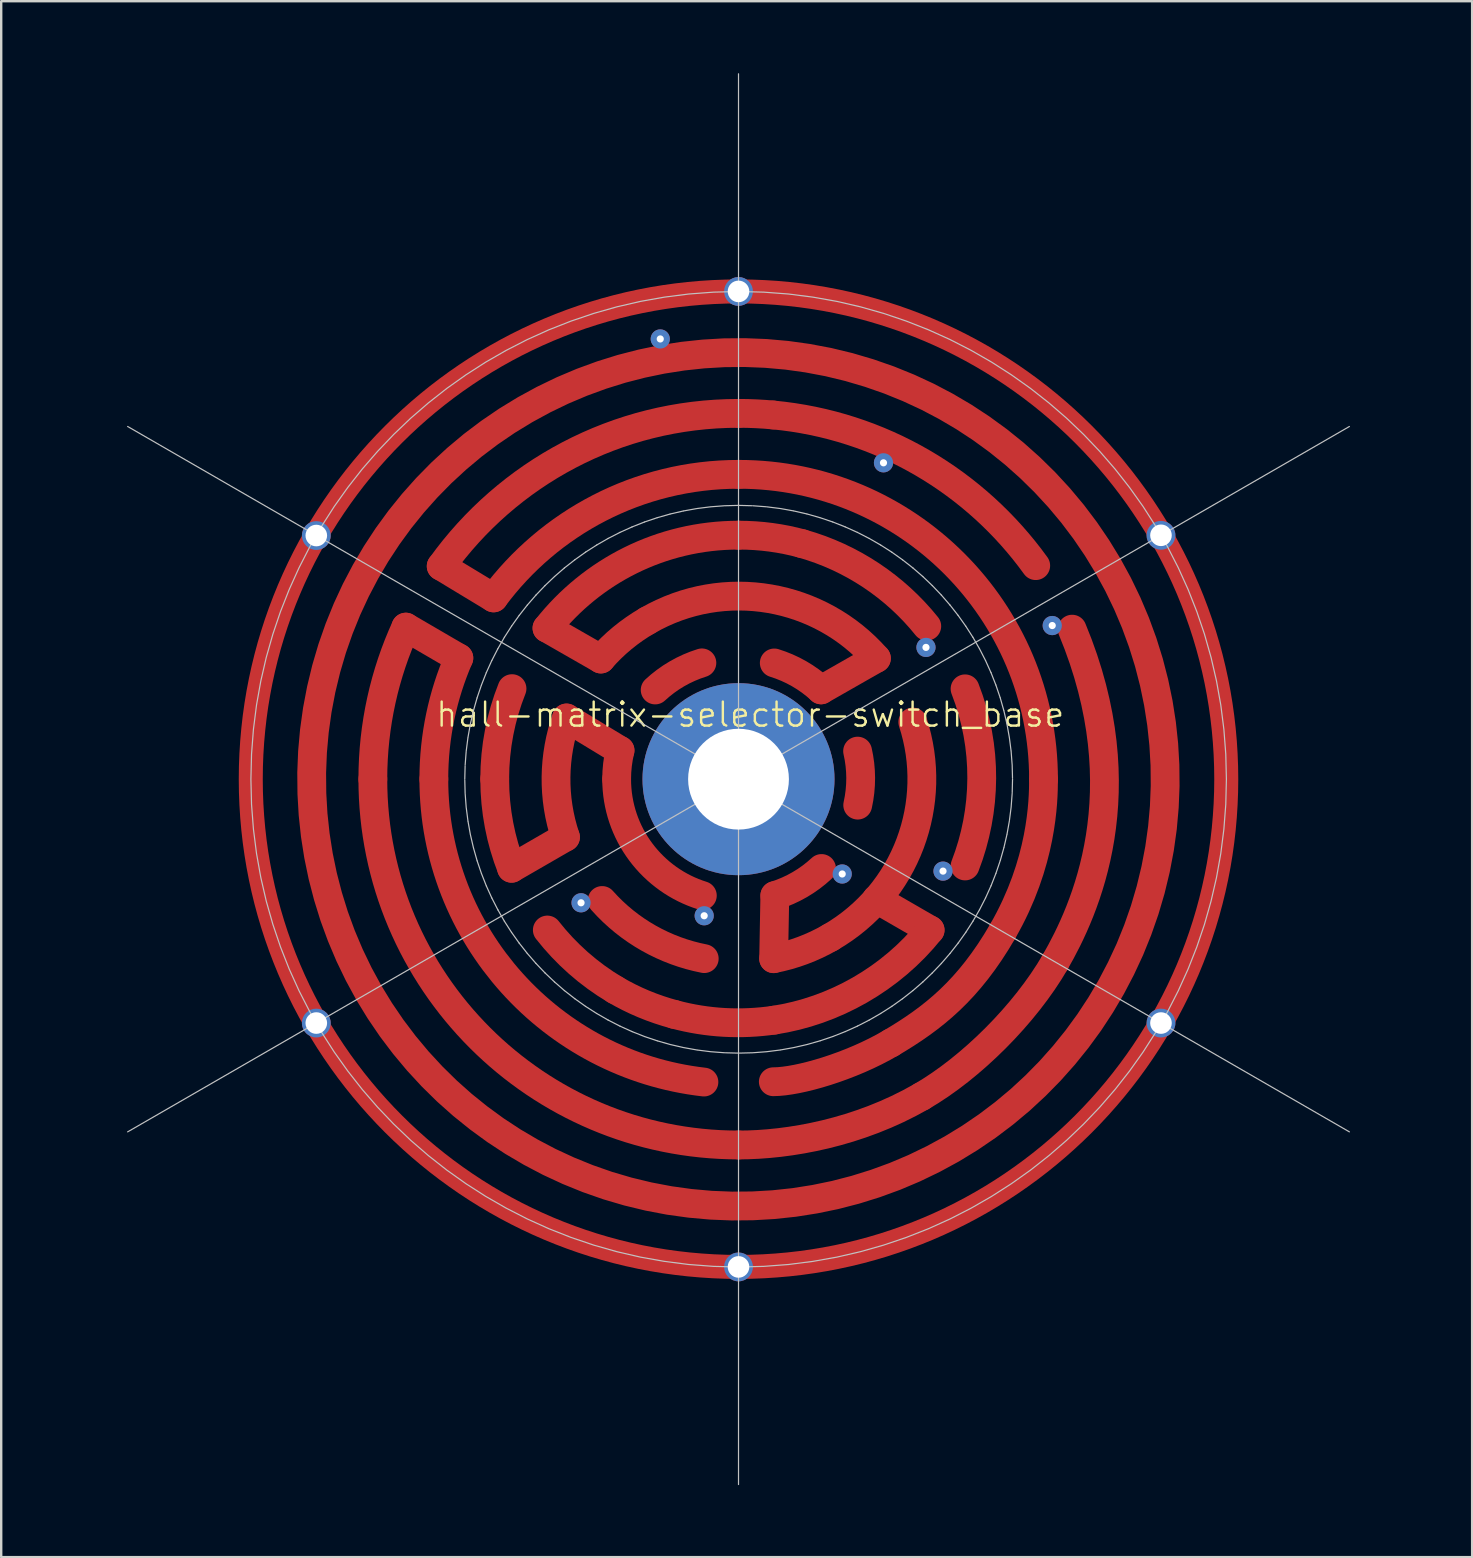
<source format=kicad_pcb>
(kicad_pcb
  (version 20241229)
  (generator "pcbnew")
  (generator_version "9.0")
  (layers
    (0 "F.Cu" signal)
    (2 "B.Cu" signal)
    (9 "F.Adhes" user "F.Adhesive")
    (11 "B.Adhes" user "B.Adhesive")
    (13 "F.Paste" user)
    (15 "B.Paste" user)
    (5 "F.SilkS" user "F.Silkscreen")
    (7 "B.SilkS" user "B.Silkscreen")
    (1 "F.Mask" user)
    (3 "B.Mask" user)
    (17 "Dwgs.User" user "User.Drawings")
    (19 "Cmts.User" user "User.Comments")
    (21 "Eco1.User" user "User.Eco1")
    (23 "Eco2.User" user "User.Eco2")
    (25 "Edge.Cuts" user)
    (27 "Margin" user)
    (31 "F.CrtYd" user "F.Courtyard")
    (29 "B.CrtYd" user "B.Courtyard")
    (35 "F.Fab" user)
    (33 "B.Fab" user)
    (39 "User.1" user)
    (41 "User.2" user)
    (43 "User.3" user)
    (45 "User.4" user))
  (footprint "hall-matrix-selector-switch_base"
    (layer "F.Cu")
    (at 27.717 29.411)
    (property "Reference" "hall-matrix-selector-switch_base" (at 0.49 -2.69 0) (unlocked yes) (layer "F.SilkS") (effects (font (size 1 1) (thickness 0.1))))
    (attr smd)
    (fp_line (start -12.386 -8.872) (end -10.204 -7.553) (stroke (width 1.2) (type solid) (color 0 255 0 1)) (layer "F.Cu"))
    (fp_line (start -7.979 -6.292) (end -5.734 -5.006) (stroke (width 1.2) (type solid) (color 255 0 0 1)) (layer "F.Cu"))
    (fp_line (start 0 0) (end -1.177 0) (stroke (width 0.01) (type solid)) (layer "F.Cu"))
    (fp_line (start 7.982 6.286) (end 5.752 4.998) (stroke (width 1.2) (type solid) (color 0 255 0 1)) (layer "F.Cu"))
    (fp_circle (center 0 0) (end 20.32 0) (stroke (width 1) (type default)) (fill no) (layer "F.Cu"))
    (fp_poly (pts (xy 1.143 -17.737) (xy 2.011 -17.66) (xy 2.878 -17.539) (xy 3.741 -17.376) (xy 4.598 -17.169) (xy 5.444 -16.919) (xy 6.273 -16.63) (xy 7.084 -16.301) (xy 7.875 -15.934) (xy 8.645 -15.529) (xy 9.394 -15.088) (xy 10.119 -14.611) (xy 10.82 -14.1) (xy 11.495 -13.556) (xy 12.143 -12.978) (xy 12.763 -12.369) (xy 13.353 -11.73) (xy 13.913 -11.061) (xy 14.44 -10.363) (xy 14.934 -9.637) (xy 15.394 -8.884) (xy 15.394 -8.884) (xy 15.816 -8.11) (xy 16.197 -7.319) (xy 16.538 -6.513) (xy 16.838 -5.694) (xy 17.097 -4.863) (xy 17.314 -4.022) (xy 17.49 -3.172) (xy 17.624 -2.315) (xy 17.716 -1.453) (xy 17.766 -0.586) (xy 17.774 0.282) (xy 17.739 1.152) (xy 17.662 2.021) (xy 17.541 2.887) (xy 17.377 3.75) (xy 17.17 4.607) (xy 16.921 5.453) (xy 16.631 6.282) (xy 16.303 7.093) (xy 15.935 7.884) (xy 15.531 8.655) (xy 15.09 9.403) (xy 14.613 10.129) (xy 14.102 10.829) (xy 13.557 11.504) (xy 12.98 12.152) (xy 12.371 12.772) (xy 11.732 13.363) (xy 11.063 13.922) (xy 10.365 14.45) (xy 9.639 14.944) (xy 8.886 15.404) (xy 8.112 15.825) (xy 7.321 16.207) (xy 6.515 16.548) (xy 5.696 16.847) (xy 4.865 17.106) (xy 4.024 17.324) (xy 3.174 17.499) (xy 2.317 17.634) (xy 1.454 17.726) (xy 0.588 17.776) (xy -0.281 17.784) (xy -1.15 17.749) (xy -2.019 17.671) (xy -2.886 17.551) (xy -3.748 17.387) (xy -4.606 17.18) (xy -5.452 16.931) (xy -6.281 16.641) (xy -7.091 16.312) (xy -7.883 15.945) (xy -8.653 15.54) (xy -9.402 15.099) (xy -10.127 14.623) (xy -10.828 14.111) (xy -11.503 13.567) (xy -12.151 12.99) (xy -12.77 12.381) (xy -13.361 11.741) (xy -13.92 11.072) (xy -14.448 10.374) (xy -14.942 9.648) (xy -15.402 8.896) (xy -15.824 8.121) (xy -16.205 7.33) (xy -16.546 6.524) (xy -16.846 5.705) (xy -17.104 4.874) (xy -17.322 4.033) (xy -17.498 3.183) (xy -17.632 2.326) (xy -17.724 1.464) (xy -17.774 0.598) (xy -17.782 -0.271) (xy -17.747 -1.141) (xy -17.669 -2.01) (xy -17.549 -2.876) (xy -17.385 -3.739) (xy -17.178 -4.596) (xy -16.929 -5.442) (xy -16.639 -6.271) (xy -16.31 -7.082) (xy -15.943 -7.873) (xy -15.538 -8.644) (xy -15.097 -9.392) (xy -14.621 -10.117) (xy -14.11 -10.818) (xy -13.565 -11.493) (xy -12.988 -12.141) (xy -12.379 -12.761) (xy -11.739 -13.351) (xy -11.07 -13.911) (xy -10.372 -14.438) (xy -9.646 -14.933) (xy -8.894 -15.392) (xy -8.119 -15.814) (xy -7.328 -16.196) (xy -6.523 -16.536) (xy -5.703 -16.836) (xy -4.873 -17.095) (xy -4.031 -17.312) (xy -3.182 -17.488) (xy -2.325 -17.622) (xy -1.462 -17.714) (xy -0.596 -17.765) (xy 0.273 -17.772)) (stroke (width 1.2) (type solid) (color 255 0 0 1)) (fill no) (layer "F.Cu"))
    (fp_curve (pts (xy -15.234 0.000122) (xy -15.234 -2.26) (xy -14.742 -4.405) (xy -13.859 -6.334)) (stroke (width 1.2) (type solid) (color 0 0 255 1)) (layer "F.Cu"))
    (fp_curve (pts (xy -13.859 -6.334) (xy -13.123 -5.905) (xy -12.387 -5.476) (xy -11.651 -5.047)) (stroke (width 1.2) (type solid) (color 0 0 255 1)) (layer "F.Cu"))
    (fp_curve (pts (xy -12.693 -0.003) (xy -12.695 6.522) (xy -7.775 11.899) (xy -1.441 12.618)) (stroke (width 1.2) (type solid) (color 0 0 255 1)) (layer "F.Cu"))
    (fp_curve (pts (xy -11.651 -5.047) (xy -12.321 -3.501) (xy -12.693 -1.796) (xy -12.693 -0.003)) (stroke (width 1.2) (type solid) (color 0 0 255 1)) (layer "F.Cu"))
    (fp_curve (pts (xy -10.204 -7.553) (xy -7.89 -10.677) (xy -4.176 -12.701) (xy 0.01 -12.7)) (stroke (width 1.2) (type solid) (color 0 255 0 1)) (layer "F.Cu"))
    (fp_curve (pts (xy -10.157 -0.006) (xy -10.157 1.306) (xy -9.908 2.56) (xy -9.455 3.711)) (stroke (width 1.2) (type solid) (color 0 0 255 1)) (layer "F.Cu"))
    (fp_curve (pts (xy -9.455 3.711) (xy -8.706 3.279) (xy -7.958 2.846) (xy -7.209 2.414)) (stroke (width 1.2) (type solid) (color 0 0 255 1)) (layer "F.Cu"))
    (fp_curve (pts (xy -9.436 -3.772) (xy -9.901 -2.608) (xy -10.157 -1.337) (xy -10.157 -0.006)) (stroke (width 1.2) (type solid) (color 0 0 255 1)) (layer "F.Cu"))
    (fp_curve (pts (xy -7.965 6.284) (xy -7.195 7.27) (xy -6.24 8.12) (xy -5.135 8.775)) (stroke (width 1.2) (type solid) (color 0 255 0 1)) (layer "F.Cu"))
    (fp_curve (pts (xy -7.209 2.414) (xy -7.761 0.772) (xy -7.721 -0.976) (xy -7.165 -2.549)) (stroke (width 1.2) (type solid) (color 0 0 255 1)) (layer "F.Cu"))
    (fp_curve (pts (xy -7.165 -2.549) (xy -6.422 -2.098) (xy -5.679 -1.647) (xy -4.936 -1.196)) (stroke (width 1.2) (type solid) (color 0 0 255 1)) (layer "F.Cu"))
    (fp_curve (pts (xy -5.734 -5.006) (xy -5.195 -5.627) (xy -4.544 -6.17) (xy -3.792 -6.605)) (stroke (width 1.2) (type solid) (color 255 0 0 1)) (layer "F.Cu"))
    (fp_curve (pts (xy -5.135 8.775) (xy -4.382 9.217) (xy -3.558 9.563) (xy -2.675 9.799)) (stroke (width 1.2) (type solid) (color 0 255 0 1)) (layer "F.Cu"))
    (fp_curve (pts (xy -5.077 -0.002) (xy -5.077 2.278) (xy -3.575 4.207) (xy -1.507 4.85)) (stroke (width 1.2) (type solid) (color 0 0 255 1)) (layer "F.Cu"))
    (fp_curve (pts (xy -4.936 -1.196) (xy -5.028 -0.813) (xy -5.077 -0.413) (xy -5.077 -0.002)) (stroke (width 1.2) (type solid) (color 0 0 255 1)) (layer "F.Cu"))
    (fp_curve (pts (xy -3.792 -6.605) (xy -0.59 -8.454) (xy 3.396 -7.714) (xy 5.744 -5.035)) (stroke (width 1.2) (type solid) (color 255 0 0 1)) (layer "F.Cu"))
    (fp_curve (pts (xy -2.675 9.799) (xy -1.285 10.172) (xy 0.115 10.237) (xy 1.479 10.04)) (stroke (width 1.2) (type solid) (color 0 255 0 1)) (layer "F.Cu"))
    (fp_curve (pts (xy -1.526 -4.845) (xy -2.26 -4.617) (xy -2.923 -4.227) (xy -3.472 -3.716)) (stroke (width 1.2) (type solid) (color 0 255 0 1)) (layer "F.Cu"))
    (fp_curve (pts (xy -1.428 7.476) (xy -3.042 7.163) (xy -4.549 6.332) (xy -5.682 5.054)) (stroke (width 1.2) (type solid) (color 255 0 0 1)) (layer "F.Cu"))
    (fp_curve (pts (xy 0 0) (xy 0.229 -0.411) (xy 0.458 -0.822) (xy 0.688 -1.234)) (stroke (width 0.01) (type solid)) (layer "F.Cu"))
    (fp_curve (pts (xy 0 0) (xy 0.229 0.411) (xy 0.458 0.822) (xy 0.688 1.234)) (stroke (width 0.01) (type solid)) (layer "F.Cu"))
    (fp_curve (pts (xy 0.003 -10.166) (xy -3.234 -10.166) (xy -6.119 -8.651) (xy -7.979 -6.292)) (stroke (width 1.2) (type solid) (color 255 0 0 1)) (layer "F.Cu"))
    (fp_curve (pts (xy 0.006 -15.24) (xy -5.101 -15.24) (xy -9.621 -12.728) (xy -12.386 -8.872)) (stroke (width 1.2) (type solid) (color 0 255 0 1)) (layer "F.Cu"))
    (fp_curve (pts (xy 0.006 15.24) (xy -8.41 15.24) (xy -15.234 8.417) (xy -15.234 0.000122)) (stroke (width 1.2) (type solid) (color 0 0 255 1)) (layer "F.Cu"))
    (fp_curve (pts (xy 0.01 -12.7) (xy 7.024 -12.699) (xy 12.708 -7.011) (xy 12.707 0.003)) (stroke (width 1.2) (type solid) (color 0 255 0 1)) (layer "F.Cu"))
    (fp_curve (pts (xy 1.442 -15.173) (xy 0.97 -15.217) (xy 0.491 -15.24) (xy 0.006 -15.24)) (stroke (width 1.2) (type solid) (color 0 255 0 1)) (layer "F.Cu"))
    (fp_curve (pts (xy 1.464 7.478) (xy 1.48 6.602) (xy 1.497 5.726) (xy 1.513 4.85)) (stroke (width 1.2) (type solid) (color 0 255 0 1)) (layer "F.Cu"))
    (fp_curve (pts (xy 1.479 10.04) (xy 3.967 9.665) (xy 6.357 8.321) (xy 7.982 6.286)) (stroke (width 1.2) (type solid) (color 0 255 0 1)) (layer "F.Cu"))
    (fp_curve (pts (xy 1.513 4.85) (xy 2.247 4.621) (xy 2.91 4.231) (xy 3.459 3.721)) (stroke (width 1.2) (type solid) (color 0 255 0 1)) (layer "F.Cu"))
    (fp_curve (pts (xy 2.645 -9.814) (xy 1.804 -10.045) (xy 0.918 -10.166) (xy 0.003 -10.166)) (stroke (width 1.2) (type solid) (color 255 0 0 1)) (layer "F.Cu"))
    (fp_curve (pts (xy 3.441 -3.721) (xy 2.876 -4.242) (xy 2.207 -4.621) (xy 1.49 -4.842)) (stroke (width 1.2) (type solid) (color 255 0 0 1)) (layer "F.Cu"))
    (fp_curve (pts (xy 3.828 6.593) (xy 3.073 7.029) (xy 2.274 7.321) (xy 1.464 7.478)) (stroke (width 1.2) (type solid) (color 0 255 0 1)) (layer "F.Cu"))
    (fp_curve (pts (xy 4.966 1.081) (xy 5.135 0.331) (xy 5.129 -0.438) (xy 4.961 -1.169)) (stroke (width 1.2) (type solid) (color 0 0 255 1)) (layer "F.Cu"))
    (fp_curve (pts (xy 5.744 -5.035) (xy 4.976 -4.597) (xy 4.209 -4.159) (xy 3.441 -3.721)) (stroke (width 1.2) (type solid) (color 255 0 0 1)) (layer "F.Cu"))
    (fp_curve (pts (xy 6.354 10.988) (xy 4.687 11.971) (xy 2.49 12.606) (xy 1.45 12.605)) (stroke (width 1.2) (type solid) (color 0 255 0 1)) (layer "F.Cu"))
    (fp_curve (pts (xy 7.26 -2.38) (xy 8.364 0.975) (xy 7.008 4.757) (xy 3.828 6.593)) (stroke (width 1.2) (type solid) (color 0 255 0 1)) (layer "F.Cu"))
    (fp_curve (pts (xy 7.623 13.22) (xy 5.005 14.731) (xy 2.095 15.24) (xy 0.006 15.24)) (stroke (width 1.2) (type solid) (color 0 0 255 1)) (layer "F.Cu"))
    (fp_curve (pts (xy 7.843 -6.374) (xy 6.53 -8.01) (xy 4.721 -9.231) (xy 2.645 -9.814)) (stroke (width 1.2) (type solid) (color 255 0 0 1)) (layer "F.Cu"))
    (fp_curve (pts (xy 9.438 -3.764) (xy 10.388 -1.339) (xy 10.341 1.295) (xy 9.439 3.616)) (stroke (width 1.2) (type solid) (color 0 0 255 1)) (layer "F.Cu"))
    (fp_curve (pts (xy 11.004 6.34) (xy 9.588 8.792) (xy 8.099 9.959) (xy 6.354 10.988)) (stroke (width 1.2) (type solid) (color 0 255 0 1)) (layer "F.Cu"))
    (fp_curve (pts (xy 12.382 -8.896) (xy 9.878 -12.373) (xy 5.944 -14.752) (xy 1.442 -15.173)) (stroke (width 1.2) (type solid) (color 0 255 0 1)) (layer "F.Cu"))
    (fp_curve (pts (xy 12.707 0.003) (xy 12.706 0.911) (xy 12.657 3.479) (xy 11.004 6.34)) (stroke (width 1.2) (type solid) (color 0 255 0 1)) (layer "F.Cu"))
    (fp_curve (pts (xy 13.195 7.613) (xy 11.943 9.782) (xy 9.685 12.029) (xy 7.623 13.22)) (stroke (width 1.2) (type solid) (color 0 0 255 1)) (layer "F.Cu"))
    (fp_curve (pts (xy 13.899 -6.25) (xy 16.72 0.519) (xy 14.424 5.484) (xy 13.195 7.613)) (stroke (width 1.2) (type solid) (color 0 0 255 1)) (layer "F.Cu"))
    (fp_line (start -27.517 -5.076) (end -24.977 -5.076) (stroke (width 0.4) (type solid) (color 2 0 0 1)) (layer "F.Mask"))
    (fp_line (start -27.517 -2.535) (end -27.517 -5.076) (stroke (width 0.4) (type solid) (color 2 0 0 1)) (layer "F.Mask"))
    (fp_line (start -26.279 1.228) (end -26.279 -1.307) (stroke (width 1) (type solid) (color 2 0 0 1)) (layer "F.Mask"))
    (fp_line (start -23.755 3.788) (end -23.755 1.253) (stroke (width 1) (type solid) (color 2 0 0 1)) (layer "F.Mask"))
    (fp_line (start -18.017 21.05) (end -16.747 18.851) (stroke (width 0.4) (type solid) (color 2 0 0 1)) (layer "F.Mask"))
    (fp_line (start -16.406 -20.604) (end -14.21 -21.871) (stroke (width 1) (type solid) (color 2 0 0 1)) (layer "F.Mask"))
    (fp_line (start -15.817 22.32) (end -18.017 21.05) (stroke (width 0.4) (type solid) (color 2 0 0 1)) (layer "F.Mask"))
    (fp_line (start -15.05 18.401) (end -16.317 20.596) (stroke (width 1) (type solid) (color 2 0 0 1)) (layer "F.Mask"))
    (fp_line (start -12.386 -8.872) (end -10.204 -7.553) (stroke (width 1.3) (type solid) (color 0 255 0 1)) (layer "F.Mask"))
    (fp_line (start -11.927 23.129) (end -14.122 21.861) (stroke (width 1) (type solid) (color 2 0 0 1)) (layer "F.Mask"))
    (fp_line (start -10.661 20.935) (end -12.856 19.668) (stroke (width 1) (type solid) (color 2 0 0 1)) (layer "F.Mask"))
    (fp_line (start -7.979 -6.292) (end -5.734 -5.006) (stroke (width 1.3) (type solid) (color 255 0 0 1)) (layer "F.Mask"))
    (fp_line (start 0 0) (end -1.177 0) (stroke (width 0.01) (type solid)) (layer "F.Mask"))
    (fp_line (start 7.982 6.286) (end 5.752 4.998) (stroke (width 1.3) (type solid) (color 0 255 0 1)) (layer "F.Mask"))
    (fp_line (start 11.989 23.164) (end 9.794 24.431) (stroke (width 1) (type solid) (color 2 0 0 1)) (layer "F.Mask"))
    (fp_line (start 23.586 -1.25) (end 26.121 -1.25) (stroke (width 1) (type solid) (color 2 0 0 1)) (layer "F.Mask"))
    (fp_line (start 23.586 1.283) (end 26.121 1.283) (stroke (width 1) (type solid) (color 2 0 0 1)) (layer "F.Mask"))
    (fp_line (start 23.586 3.816) (end 26.121 3.816) (stroke (width 1) (type solid) (color 2 0 0 1)) (layer "F.Mask"))
    (fp_line (start 27.364 2.521) (end 27.364 5.061) (stroke (width 0.4) (type solid) (color 2 0 0 1)) (layer "F.Mask"))
    (fp_line (start 27.364 5.061) (end 24.824 5.061) (stroke (width 0.4) (type solid) (color 2 0 0 1)) (layer "F.Mask"))
    (fp_circle (center 0 0) (end 20.32 0) (stroke (width 1) (type default)) (fill no) (layer "F.Mask"))
    (fp_poly (pts (xy -26.256 -4.157) (xy -26.238 -4.156) (xy -26.221 -4.154) (xy -26.204 -4.151) (xy -26.187 -4.147) (xy -26.17 -4.142) (xy -26.154 -4.137) (xy -26.138 -4.13) (xy -26.122 -4.123) (xy -26.107 -4.116) (xy -26.093 -4.107) (xy -26.078 -4.098) (xy -26.065 -4.088) (xy -26.051 -4.078) (xy -26.039 -4.067) (xy -26.027 -4.055) (xy -26.015 -4.043) (xy -26.004 -4.031) (xy -25.994 -4.017) (xy -25.984 -4.004) (xy -25.975 -3.989) (xy -25.966 -3.975) (xy -25.959 -3.96) (xy -25.952 -3.944) (xy -25.945 -3.928) (xy -25.94 -3.912) (xy -25.935 -3.895) (xy -25.931 -3.878) (xy -25.928 -3.861) (xy -25.926 -3.844) (xy -25.925 -3.826) (xy -25.924 -3.808) (xy -25.925 -3.79) (xy -25.926 -3.772) (xy -25.928 -3.755) (xy -25.931 -3.737) (xy -25.935 -3.72) (xy -25.94 -3.704) (xy -25.945 -3.688) (xy -25.952 -3.672) (xy -25.959 -3.656) (xy -25.966 -3.641) (xy -25.975 -3.626) (xy -25.984 -3.612) (xy -25.994 -3.598) (xy -26.004 -3.585) (xy -26.015 -3.573) (xy -26.027 -3.56) (xy -26.039 -3.549) (xy -26.051 -3.538) (xy -26.065 -3.527) (xy -26.078 -3.518) (xy -26.093 -3.509) (xy -26.107 -3.5) (xy -26.122 -3.492) (xy -26.138 -3.485) (xy -26.154 -3.479) (xy -26.17 -3.474) (xy -26.187 -3.469) (xy -26.204 -3.465) (xy -26.221 -3.462) (xy -26.238 -3.46) (xy -26.256 -3.458) (xy -26.274 -3.458) (xy -26.292 -3.458) (xy -26.31 -3.46) (xy -26.327 -3.462) (xy -26.345 -3.465) (xy -26.362 -3.469) (xy -26.378 -3.474) (xy -26.394 -3.479) (xy -26.41 -3.485) (xy -26.426 -3.492) (xy -26.441 -3.5) (xy -26.456 -3.509) (xy -26.47 -3.518) (xy -26.483 -3.527) (xy -26.497 -3.538) (xy -26.509 -3.549) (xy -26.522 -3.56) (xy -26.533 -3.573) (xy -26.544 -3.585) (xy -26.555 -3.598) (xy -26.564 -3.612) (xy -26.573 -3.626) (xy -26.582 -3.641) (xy -26.59 -3.656) (xy -26.597 -3.672) (xy -26.603 -3.688) (xy -26.608 -3.704) (xy -26.613 -3.72) (xy -26.617 -3.737) (xy -26.62 -3.755) (xy -26.622 -3.772) (xy -26.624 -3.79) (xy -26.624 -3.808) (xy -26.624 -3.826) (xy -26.622 -3.844) (xy -26.62 -3.861) (xy -26.617 -3.878) (xy -26.613 -3.895) (xy -26.608 -3.912) (xy -26.603 -3.928) (xy -26.597 -3.944) (xy -26.59 -3.96) (xy -26.582 -3.975) (xy -26.573 -3.989) (xy -26.564 -4.004) (xy -26.555 -4.017) (xy -26.544 -4.031) (xy -26.533 -4.043) (xy -26.522 -4.055) (xy -26.509 -4.067) (xy -26.497 -4.078) (xy -26.483 -4.088) (xy -26.47 -4.098) (xy -26.456 -4.107) (xy -26.441 -4.116) (xy -26.426 -4.123) (xy -26.41 -4.13) (xy -26.394 -4.137) (xy -26.378 -4.142) (xy -26.362 -4.147) (xy -26.345 -4.151) (xy -26.327 -4.154) (xy -26.31 -4.156) (xy -26.292 -4.157) (xy -26.274 -4.158)) (stroke (width 0) (type solid)) (fill yes) (layer "F.Mask"))
    (fp_poly (pts (xy -26.254 3.42) (xy -26.236 3.421) (xy -26.219 3.424) (xy -26.202 3.427) (xy -26.185 3.431) (xy -26.168 3.435) (xy -26.152 3.441) (xy -26.136 3.447) (xy -26.121 3.454) (xy -26.105 3.462) (xy -26.091 3.47) (xy -26.077 3.479) (xy -26.063 3.489) (xy -26.05 3.5) (xy -26.037 3.511) (xy -26.025 3.522) (xy -26.013 3.534) (xy -26.002 3.547) (xy -25.992 3.56) (xy -25.982 3.574) (xy -25.973 3.588) (xy -25.965 3.603) (xy -25.957 3.618) (xy -25.95 3.633) (xy -25.944 3.649) (xy -25.938 3.666) (xy -25.933 3.682) (xy -25.929 3.699) (xy -25.926 3.716) (xy -25.924 3.734) (xy -25.923 3.752) (xy -25.922 3.77) (xy -25.923 3.788) (xy -25.924 3.805) (xy -25.926 3.823) (xy -25.929 3.84) (xy -25.933 3.857) (xy -25.938 3.874) (xy -25.944 3.89) (xy -25.95 3.906) (xy -25.957 3.921) (xy -25.965 3.936) (xy -25.973 3.951) (xy -25.982 3.965) (xy -25.992 3.979) (xy -26.002 3.992) (xy -26.013 4.005) (xy -26.025 4.017) (xy -26.037 4.029) (xy -26.05 4.04) (xy -26.063 4.05) (xy -26.077 4.06) (xy -26.091 4.069) (xy -26.105 4.077) (xy -26.121 4.085) (xy -26.136 4.092) (xy -26.152 4.098) (xy -26.168 4.104) (xy -26.185 4.109) (xy -26.202 4.113) (xy -26.219 4.116) (xy -26.236 4.118) (xy -26.254 4.119) (xy -26.272 4.12) (xy -26.29 4.119) (xy -26.308 4.118) (xy -26.326 4.116) (xy -26.343 4.113) (xy -26.36 4.109) (xy -26.376 4.104) (xy -26.393 4.098) (xy -26.409 4.092) (xy -26.424 4.085) (xy -26.439 4.077) (xy -26.454 4.069) (xy -26.468 4.06) (xy -26.482 4.05) (xy -26.495 4.04) (xy -26.508 4.029) (xy -26.52 4.017) (xy -26.531 4.005) (xy -26.542 3.992) (xy -26.553 3.979) (xy -26.563 3.965) (xy -26.572 3.951) (xy -26.58 3.936) (xy -26.588 3.921) (xy -26.595 3.906) (xy -26.601 3.89) (xy -26.607 3.874) (xy -26.611 3.857) (xy -26.615 3.84) (xy -26.618 3.823) (xy -26.62 3.805) (xy -26.622 3.788) (xy -26.622 3.77) (xy -26.622 3.752) (xy -26.62 3.734) (xy -26.618 3.716) (xy -26.615 3.699) (xy -26.611 3.682) (xy -26.607 3.666) (xy -26.601 3.649) (xy -26.595 3.633) (xy -26.588 3.618) (xy -26.58 3.603) (xy -26.572 3.588) (xy -26.563 3.574) (xy -26.553 3.56) (xy -26.542 3.547) (xy -26.531 3.534) (xy -26.52 3.522) (xy -26.508 3.511) (xy -26.495 3.5) (xy -26.482 3.489) (xy -26.468 3.479) (xy -26.454 3.47) (xy -26.439 3.462) (xy -26.424 3.454) (xy -26.409 3.447) (xy -26.393 3.441) (xy -26.376 3.435) (xy -26.36 3.431) (xy -26.343 3.427) (xy -26.326 3.424) (xy -26.308 3.421) (xy -26.29 3.42) (xy -26.272 3.42)) (stroke (width 0) (type solid)) (fill yes) (layer "F.Mask"))
    (fp_poly (pts (xy -16.27 20.256) (xy -16.253 20.258) (xy -16.236 20.26) (xy -16.22 20.263) (xy -16.203 20.267) (xy -16.187 20.272) (xy -16.171 20.277) (xy -16.156 20.284) (xy -16.14 20.291) (xy -16.125 20.298) (xy -16.111 20.307) (xy -16.097 20.316) (xy -16.083 20.326) (xy -16.069 20.337) (xy -16.056 20.348) (xy -16.044 20.36) (xy -16.032 20.373) (xy -16.021 20.386) (xy -16.01 20.4) (xy -16 20.415) (xy -15.991 20.43) (xy -15.982 20.446) (xy -15.974 20.462) (xy -15.968 20.479) (xy -15.962 20.495) (xy -15.957 20.512) (xy -15.952 20.528) (xy -15.949 20.545) (xy -15.947 20.562) (xy -15.945 20.579) (xy -15.944 20.596) (xy -15.944 20.613) (xy -15.945 20.63) (xy -15.946 20.646) (xy -15.949 20.663) (xy -15.952 20.68) (xy -15.956 20.696) (xy -15.961 20.712) (xy -15.966 20.728) (xy -15.972 20.744) (xy -15.979 20.759) (xy -15.987 20.774) (xy -15.996 20.788) (xy -16.005 20.803) (xy -16.015 20.816) (xy -16.025 20.83) (xy -16.037 20.843) (xy -16.049 20.855) (xy -16.061 20.867) (xy -16.075 20.878) (xy -16.089 20.889) (xy -16.104 20.899) (xy -16.119 20.908) (xy -16.135 20.917) (xy -16.151 20.925) (xy -16.167 20.932) (xy -16.184 20.938) (xy -16.2 20.943) (xy -16.217 20.947) (xy -16.234 20.95) (xy -16.251 20.953) (xy -16.268 20.954) (xy -16.285 20.955) (xy -16.301 20.955) (xy -16.318 20.955) (xy -16.335 20.953) (xy -16.352 20.951) (xy -16.368 20.947) (xy -16.385 20.943) (xy -16.401 20.939) (xy -16.416 20.933) (xy -16.432 20.927) (xy -16.447 20.92) (xy -16.462 20.912) (xy -16.477 20.904) (xy -16.491 20.894) (xy -16.505 20.885) (xy -16.518 20.874) (xy -16.531 20.863) (xy -16.544 20.851) (xy -16.556 20.838) (xy -16.567 20.824) (xy -16.578 20.81) (xy -16.588 20.796) (xy -16.597 20.78) (xy -16.606 20.765) (xy -16.613 20.748) (xy -16.62 20.732) (xy -16.626 20.716) (xy -16.631 20.699) (xy -16.635 20.682) (xy -16.639 20.665) (xy -16.641 20.649) (xy -16.643 20.632) (xy -16.644 20.615) (xy -16.644 20.598) (xy -16.643 20.581) (xy -16.642 20.564) (xy -16.639 20.548) (xy -16.636 20.531) (xy -16.632 20.515) (xy -16.627 20.499) (xy -16.622 20.483) (xy -16.616 20.467) (xy -16.609 20.452) (xy -16.601 20.437) (xy -16.592 20.422) (xy -16.583 20.408) (xy -16.573 20.394) (xy -16.563 20.381) (xy -16.551 20.368) (xy -16.539 20.355) (xy -16.526 20.344) (xy -16.513 20.332) (xy -16.499 20.322) (xy -16.484 20.312) (xy -16.469 20.302) (xy -16.453 20.294) (xy -16.437 20.286) (xy -16.421 20.279) (xy -16.404 20.273) (xy -16.388 20.268) (xy -16.371 20.264) (xy -16.354 20.26) (xy -16.337 20.258) (xy -16.32 20.256) (xy -16.303 20.255) (xy -16.286 20.255)) (stroke (width 0) (type solid)) (fill yes) (layer "F.Mask"))
    (fp_poly (pts (xy -14.995 18.063) (xy -14.979 18.065) (xy -14.962 18.067) (xy -14.946 18.07) (xy -14.929 18.074) (xy -14.913 18.079) (xy -14.897 18.085) (xy -14.882 18.091) (xy -14.866 18.098) (xy -14.851 18.106) (xy -14.837 18.114) (xy -14.822 18.123) (xy -14.809 18.133) (xy -14.795 18.144) (xy -14.782 18.155) (xy -14.77 18.167) (xy -14.758 18.18) (xy -14.747 18.193) (xy -14.736 18.207) (xy -14.726 18.222) (xy -14.717 18.237) (xy -14.708 18.253) (xy -14.7 18.269) (xy -14.694 18.286) (xy -14.688 18.302) (xy -14.683 18.319) (xy -14.678 18.335) (xy -14.675 18.352) (xy -14.672 18.369) (xy -14.671 18.386) (xy -14.67 18.403) (xy -14.67 18.42) (xy -14.671 18.437) (xy -14.672 18.454) (xy -14.675 18.47) (xy -14.678 18.487) (xy -14.682 18.503) (xy -14.686 18.519) (xy -14.692 18.535) (xy -14.698 18.551) (xy -14.705 18.566) (xy -14.713 18.581) (xy -14.721 18.596) (xy -14.731 18.61) (xy -14.741 18.624) (xy -14.751 18.637) (xy -14.763 18.65) (xy -14.775 18.662) (xy -14.787 18.674) (xy -14.801 18.685) (xy -14.815 18.696) (xy -14.829 18.706) (xy -14.845 18.716) (xy -14.861 18.724) (xy -14.877 18.732) (xy -14.893 18.739) (xy -14.909 18.745) (xy -14.926 18.75) (xy -14.943 18.754) (xy -14.96 18.757) (xy -14.977 18.76) (xy -14.993 18.762) (xy -15.01 18.762) (xy -15.027 18.762) (xy -15.044 18.762) (xy -15.061 18.76) (xy -15.078 18.758) (xy -15.094 18.755) (xy -15.11 18.751) (xy -15.127 18.746) (xy -15.142 18.74) (xy -15.158 18.734) (xy -15.173 18.727) (xy -15.188 18.719) (xy -15.203 18.711) (xy -15.217 18.702) (xy -15.231 18.692) (xy -15.244 18.681) (xy -15.257 18.67) (xy -15.27 18.658) (xy -15.282 18.645) (xy -15.293 18.632) (xy -15.303 18.618) (xy -15.314 18.603) (xy -15.323 18.587) (xy -15.332 18.572) (xy -15.339 18.556) (xy -15.346 18.539) (xy -15.352 18.523) (xy -15.357 18.506) (xy -15.361 18.489) (xy -15.365 18.473) (xy -15.367 18.456) (xy -15.369 18.439) (xy -15.37 18.422) (xy -15.37 18.405) (xy -15.369 18.388) (xy -15.367 18.371) (xy -15.365 18.355) (xy -15.362 18.338) (xy -15.358 18.322) (xy -15.353 18.306) (xy -15.348 18.29) (xy -15.341 18.274) (xy -15.334 18.259) (xy -15.327 18.244) (xy -15.318 18.229) (xy -15.309 18.215) (xy -15.299 18.201) (xy -15.288 18.188) (xy -15.277 18.175) (xy -15.265 18.163) (xy -15.252 18.151) (xy -15.239 18.14) (xy -15.225 18.129) (xy -15.21 18.119) (xy -15.195 18.109) (xy -15.179 18.101) (xy -15.163 18.093) (xy -15.147 18.086) (xy -15.13 18.08) (xy -15.114 18.075) (xy -15.097 18.071) (xy -15.08 18.068) (xy -15.063 18.065) (xy -15.046 18.063) (xy -15.029 18.063) (xy -15.012 18.063)) (stroke (width 0) (type solid)) (fill yes) (layer "F.Mask"))
    (fp_poly (pts (xy -9.826 -24.738) (xy -9.808 -24.737) (xy -9.791 -24.735) (xy -9.773 -24.732) (xy -9.756 -24.728) (xy -9.74 -24.723) (xy -9.724 -24.718) (xy -9.708 -24.711) (xy -9.692 -24.704) (xy -9.677 -24.697) (xy -9.662 -24.688) (xy -9.648 -24.679) (xy -9.634 -24.669) (xy -9.621 -24.659) (xy -9.609 -24.648) (xy -9.596 -24.636) (xy -9.585 -24.624) (xy -9.574 -24.612) (xy -9.563 -24.598) (xy -9.554 -24.585) (xy -9.545 -24.57) (xy -9.536 -24.556) (xy -9.528 -24.541) (xy -9.521 -24.525) (xy -9.515 -24.509) (xy -9.51 -24.493) (xy -9.505 -24.476) (xy -9.501 -24.459) (xy -9.498 -24.442) (xy -9.496 -24.425) (xy -9.494 -24.407) (xy -9.494 -24.389) (xy -9.494 -24.371) (xy -9.496 -24.353) (xy -9.498 -24.336) (xy -9.501 -24.318) (xy -9.505 -24.301) (xy -9.51 -24.285) (xy -9.515 -24.269) (xy -9.521 -24.253) (xy -9.528 -24.237) (xy -9.536 -24.222) (xy -9.545 -24.207) (xy -9.554 -24.193) (xy -9.563 -24.18) (xy -9.574 -24.166) (xy -9.585 -24.154) (xy -9.596 -24.141) (xy -9.609 -24.13) (xy -9.621 -24.119) (xy -9.634 -24.108) (xy -9.648 -24.099) (xy -9.662 -24.09) (xy -9.677 -24.081) (xy -9.692 -24.073) (xy -9.708 -24.066) (xy -9.724 -24.06) (xy -9.74 -24.055) (xy -9.756 -24.05) (xy -9.773 -24.046) (xy -9.791 -24.043) (xy -9.808 -24.041) (xy -9.826 -24.039) (xy -9.844 -24.039) (xy -9.862 -24.039) (xy -9.88 -24.041) (xy -9.897 -24.043) (xy -9.914 -24.046) (xy -9.931 -24.05) (xy -9.948 -24.055) (xy -9.964 -24.06) (xy -9.98 -24.066) (xy -9.996 -24.073) (xy -10.011 -24.081) (xy -10.025 -24.09) (xy -10.04 -24.099) (xy -10.053 -24.108) (xy -10.067 -24.119) (xy -10.079 -24.13) (xy -10.091 -24.141) (xy -10.103 -24.154) (xy -10.114 -24.166) (xy -10.124 -24.18) (xy -10.134 -24.193) (xy -10.143 -24.207) (xy -10.152 -24.222) (xy -10.159 -24.237) (xy -10.166 -24.253) (xy -10.173 -24.269) (xy -10.178 -24.285) (xy -10.183 -24.301) (xy -10.187 -24.318) (xy -10.19 -24.336) (xy -10.192 -24.353) (xy -10.193 -24.371) (xy -10.194 -24.389) (xy -10.193 -24.407) (xy -10.192 -24.425) (xy -10.19 -24.442) (xy -10.187 -24.459) (xy -10.183 -24.476) (xy -10.178 -24.493) (xy -10.173 -24.509) (xy -10.166 -24.525) (xy -10.159 -24.541) (xy -10.152 -24.556) (xy -10.143 -24.57) (xy -10.134 -24.585) (xy -10.124 -24.598) (xy -10.114 -24.612) (xy -10.103 -24.624) (xy -10.091 -24.636) (xy -10.079 -24.648) (xy -10.067 -24.659) (xy -10.053 -24.669) (xy -10.04 -24.679) (xy -10.025 -24.688) (xy -10.011 -24.697) (xy -9.996 -24.704) (xy -9.98 -24.711) (xy -9.964 -24.718) (xy -9.948 -24.723) (xy -9.931 -24.728) (xy -9.914 -24.732) (xy -9.897 -24.735) (xy -9.88 -24.737) (xy -9.862 -24.738) (xy -9.844 -24.739)) (stroke (width 0) (type solid)) (fill yes) (layer "F.Mask"))
    (fp_poly (pts (xy -9.688 24.057) (xy -9.672 24.059) (xy -9.655 24.061) (xy -9.638 24.064) (xy -9.622 24.068) (xy -9.606 24.073) (xy -9.59 24.078) (xy -9.575 24.085) (xy -9.559 24.092) (xy -9.544 24.099) (xy -9.53 24.108) (xy -9.515 24.117) (xy -9.502 24.127) (xy -9.488 24.138) (xy -9.475 24.149) (xy -9.463 24.161) (xy -9.451 24.174) (xy -9.44 24.187) (xy -9.429 24.201) (xy -9.419 24.216) (xy -9.41 24.231) (xy -9.401 24.247) (xy -9.393 24.263) (xy -9.386 24.279) (xy -9.38 24.296) (xy -9.375 24.312) (xy -9.371 24.329) (xy -9.368 24.346) (xy -9.365 24.363) (xy -9.364 24.38) (xy -9.363 24.397) (xy -9.363 24.414) (xy -9.364 24.43) (xy -9.365 24.447) (xy -9.368 24.464) (xy -9.371 24.48) (xy -9.375 24.497) (xy -9.379 24.513) (xy -9.385 24.529) (xy -9.391 24.544) (xy -9.398 24.56) (xy -9.406 24.575) (xy -9.414 24.589) (xy -9.424 24.603) (xy -9.433 24.617) (xy -9.444 24.631) (xy -9.455 24.644) (xy -9.467 24.656) (xy -9.48 24.668) (xy -9.494 24.679) (xy -9.508 24.69) (xy -9.522 24.7) (xy -9.538 24.709) (xy -9.554 24.718) (xy -9.57 24.726) (xy -9.586 24.732) (xy -9.602 24.738) (xy -9.619 24.743) (xy -9.636 24.748) (xy -9.653 24.751) (xy -9.669 24.754) (xy -9.686 24.755) (xy -9.703 24.756) (xy -9.72 24.756) (xy -9.737 24.755) (xy -9.754 24.754) (xy -9.77 24.751) (xy -9.787 24.748) (xy -9.803 24.744) (xy -9.819 24.739) (xy -9.835 24.734) (xy -9.851 24.728) (xy -9.866 24.721) (xy -9.881 24.713) (xy -9.896 24.704) (xy -9.91 24.695) (xy -9.924 24.685) (xy -9.937 24.675) (xy -9.95 24.663) (xy -9.963 24.651) (xy -9.974 24.639) (xy -9.986 24.625) (xy -9.996 24.611) (xy -10.006 24.596) (xy -10.016 24.581) (xy -10.024 24.565) (xy -10.032 24.549) (xy -10.039 24.533) (xy -10.045 24.516) (xy -10.05 24.5) (xy -10.054 24.483) (xy -10.058 24.466) (xy -10.06 24.449) (xy -10.062 24.432) (xy -10.063 24.416) (xy -10.063 24.399) (xy -10.062 24.382) (xy -10.06 24.365) (xy -10.058 24.348) (xy -10.055 24.332) (xy -10.051 24.316) (xy -10.046 24.299) (xy -10.041 24.284) (xy -10.034 24.268) (xy -10.027 24.253) (xy -10.02 24.238) (xy -10.011 24.223) (xy -10.002 24.209) (xy -9.992 24.195) (xy -9.981 24.182) (xy -9.97 24.169) (xy -9.958 24.156) (xy -9.945 24.144) (xy -9.932 24.133) (xy -9.918 24.122) (xy -9.903 24.112) (xy -9.888 24.103) (xy -9.872 24.094) (xy -9.856 24.087) (xy -9.84 24.08) (xy -9.823 24.074) (xy -9.806 24.069) (xy -9.79 24.065) (xy -9.773 24.061) (xy -9.756 24.059) (xy -9.739 24.057) (xy -9.722 24.056) (xy -9.705 24.056)) (stroke (width 0) (type solid)) (fill yes) (layer "F.Mask"))
    (fp_poly (pts (xy -8.564 -22.539) (xy -8.546 -22.537) (xy -8.529 -22.535) (xy -8.511 -22.532) (xy -8.494 -22.528) (xy -8.478 -22.523) (xy -8.462 -22.518) (xy -8.446 -22.512) (xy -8.43 -22.505) (xy -8.415 -22.497) (xy -8.4 -22.488) (xy -8.386 -22.479) (xy -8.372 -22.47) (xy -8.359 -22.459) (xy -8.347 -22.448) (xy -8.334 -22.437) (xy -8.323 -22.424) (xy -8.312 -22.412) (xy -8.301 -22.399) (xy -8.292 -22.385) (xy -8.283 -22.371) (xy -8.274 -22.356) (xy -8.266 -22.341) (xy -8.259 -22.325) (xy -8.253 -22.309) (xy -8.248 -22.293) (xy -8.243 -22.277) (xy -8.239 -22.26) (xy -8.236 -22.242) (xy -8.234 -22.225) (xy -8.232 -22.207) (xy -8.232 -22.189) (xy -8.232 -22.171) (xy -8.234 -22.153) (xy -8.236 -22.136) (xy -8.239 -22.119) (xy -8.243 -22.102) (xy -8.248 -22.085) (xy -8.253 -22.069) (xy -8.259 -22.053) (xy -8.266 -22.037) (xy -8.274 -22.022) (xy -8.283 -22.008) (xy -8.292 -21.993) (xy -8.301 -21.98) (xy -8.312 -21.967) (xy -8.323 -21.954) (xy -8.334 -21.942) (xy -8.347 -21.93) (xy -8.359 -21.919) (xy -8.372 -21.909) (xy -8.386 -21.899) (xy -8.4 -21.89) (xy -8.415 -21.881) (xy -8.43 -21.874) (xy -8.446 -21.867) (xy -8.462 -21.86) (xy -8.478 -21.855) (xy -8.494 -21.85) (xy -8.511 -21.846) (xy -8.529 -21.843) (xy -8.546 -21.841) (xy -8.564 -21.84) (xy -8.582 -21.839) (xy -8.6 -21.84) (xy -8.618 -21.841) (xy -8.635 -21.843) (xy -8.652 -21.846) (xy -8.669 -21.85) (xy -8.686 -21.855) (xy -8.702 -21.86) (xy -8.718 -21.867) (xy -8.734 -21.874) (xy -8.749 -21.881) (xy -8.763 -21.89) (xy -8.778 -21.899) (xy -8.791 -21.909) (xy -8.805 -21.919) (xy -8.817 -21.93) (xy -8.829 -21.942) (xy -8.841 -21.954) (xy -8.852 -21.967) (xy -8.862 -21.98) (xy -8.872 -21.993) (xy -8.881 -22.008) (xy -8.89 -22.022) (xy -8.897 -22.037) (xy -8.904 -22.053) (xy -8.911 -22.069) (xy -8.916 -22.085) (xy -8.921 -22.102) (xy -8.925 -22.119) (xy -8.928 -22.136) (xy -8.93 -22.153) (xy -8.931 -22.171) (xy -8.932 -22.189) (xy -8.931 -22.207) (xy -8.93 -22.225) (xy -8.928 -22.242) (xy -8.925 -22.26) (xy -8.921 -22.277) (xy -8.916 -22.293) (xy -8.911 -22.309) (xy -8.904 -22.325) (xy -8.897 -22.341) (xy -8.89 -22.356) (xy -8.881 -22.371) (xy -8.872 -22.385) (xy -8.862 -22.399) (xy -8.852 -22.412) (xy -8.841 -22.424) (xy -8.829 -22.437) (xy -8.817 -22.448) (xy -8.805 -22.459) (xy -8.791 -22.47) (xy -8.778 -22.479) (xy -8.763 -22.488) (xy -8.749 -22.497) (xy -8.734 -22.505) (xy -8.718 -22.512) (xy -8.702 -22.518) (xy -8.686 -22.523) (xy -8.669 -22.528) (xy -8.652 -22.532) (xy -8.635 -22.535) (xy -8.618 -22.537) (xy -8.6 -22.539) (xy -8.582 -22.539)) (stroke (width 0) (type solid)) (fill yes) (layer "F.Mask"))
    (fp_poly (pts (xy -8.414 21.864) (xy -8.397 21.866) (xy -8.381 21.868) (xy -8.364 21.871) (xy -8.348 21.875) (xy -8.332 21.88) (xy -8.316 21.885) (xy -8.3 21.892) (xy -8.285 21.899) (xy -8.27 21.906) (xy -8.256 21.915) (xy -8.241 21.924) (xy -8.227 21.934) (xy -8.214 21.945) (xy -8.201 21.956) (xy -8.189 21.968) (xy -8.177 21.981) (xy -8.166 21.994) (xy -8.155 22.008) (xy -8.145 22.023) (xy -8.136 22.038) (xy -8.127 22.054) (xy -8.119 22.07) (xy -8.112 22.086) (xy -8.106 22.103) (xy -8.101 22.12) (xy -8.097 22.136) (xy -8.094 22.153) (xy -8.091 22.17) (xy -8.09 22.187) (xy -8.089 22.204) (xy -8.089 22.221) (xy -8.089 22.238) (xy -8.091 22.254) (xy -8.093 22.271) (xy -8.097 22.288) (xy -8.101 22.304) (xy -8.105 22.32) (xy -8.111 22.336) (xy -8.117 22.351) (xy -8.124 22.367) (xy -8.132 22.382) (xy -8.14 22.396) (xy -8.149 22.411) (xy -8.159 22.424) (xy -8.17 22.438) (xy -8.181 22.451) (xy -8.193 22.463) (xy -8.206 22.475) (xy -8.219 22.486) (xy -8.234 22.497) (xy -8.248 22.507) (xy -8.264 22.516) (xy -8.279 22.525) (xy -8.296 22.533) (xy -8.312 22.54) (xy -8.328 22.546) (xy -8.345 22.551) (xy -8.362 22.555) (xy -8.378 22.558) (xy -8.395 22.561) (xy -8.412 22.562) (xy -8.429 22.563) (xy -8.446 22.563) (xy -8.463 22.562) (xy -8.48 22.561) (xy -8.496 22.558) (xy -8.513 22.555) (xy -8.529 22.551) (xy -8.545 22.547) (xy -8.561 22.541) (xy -8.577 22.535) (xy -8.592 22.528) (xy -8.607 22.52) (xy -8.622 22.512) (xy -8.636 22.502) (xy -8.65 22.493) (xy -8.663 22.482) (xy -8.676 22.471) (xy -8.688 22.459) (xy -8.7 22.446) (xy -8.712 22.432) (xy -8.722 22.418) (xy -8.732 22.404) (xy -8.742 22.388) (xy -8.75 22.372) (xy -8.758 22.356) (xy -8.765 22.34) (xy -8.771 22.324) (xy -8.776 22.307) (xy -8.78 22.29) (xy -8.784 22.273) (xy -8.786 22.257) (xy -8.788 22.24) (xy -8.789 22.223) (xy -8.789 22.206) (xy -8.788 22.189) (xy -8.786 22.172) (xy -8.784 22.156) (xy -8.781 22.139) (xy -8.777 22.123) (xy -8.772 22.107) (xy -8.766 22.091) (xy -8.76 22.075) (xy -8.753 22.06) (xy -8.745 22.045) (xy -8.737 22.03) (xy -8.728 22.016) (xy -8.718 22.002) (xy -8.707 21.989) (xy -8.696 21.976) (xy -8.684 21.963) (xy -8.671 21.952) (xy -8.658 21.94) (xy -8.644 21.93) (xy -8.629 21.92) (xy -8.614 21.91) (xy -8.598 21.902) (xy -8.582 21.894) (xy -8.565 21.887) (xy -8.549 21.881) (xy -8.532 21.876) (xy -8.516 21.872) (xy -8.499 21.868) (xy -8.482 21.866) (xy -8.465 21.864) (xy -8.448 21.863) (xy -8.431 21.863)) (stroke (width 0) (type solid)) (fill yes) (layer "F.Mask"))
    (fp_poly (pts (xy 8.585 21.866) (xy 8.602 21.867) (xy 8.618 21.868) (xy 8.635 21.871) (xy 8.652 21.874) (xy 8.669 21.879) (xy 8.686 21.884) (xy 8.702 21.89) (xy 8.718 21.896) (xy 8.734 21.904) (xy 8.75 21.913) (xy 8.766 21.922) (xy 8.78 21.932) (xy 8.794 21.943) (xy 8.808 21.954) (xy 8.82 21.966) (xy 8.832 21.978) (xy 8.844 21.991) (xy 8.854 22.005) (xy 8.864 22.019) (xy 8.874 22.033) (xy 8.882 22.047) (xy 8.89 22.062) (xy 8.897 22.078) (xy 8.903 22.093) (xy 8.909 22.109) (xy 8.913 22.125) (xy 8.917 22.142) (xy 8.92 22.158) (xy 8.923 22.175) (xy 8.924 22.192) (xy 8.925 22.208) (xy 8.925 22.225) (xy 8.924 22.242) (xy 8.923 22.259) (xy 8.92 22.276) (xy 8.917 22.293) (xy 8.912 22.31) (xy 8.907 22.326) (xy 8.901 22.343) (xy 8.895 22.359) (xy 8.887 22.375) (xy 8.878 22.391) (xy 8.869 22.406) (xy 8.859 22.421) (xy 8.848 22.435) (xy 8.837 22.448) (xy 8.825 22.461) (xy 8.813 22.473) (xy 8.8 22.484) (xy 8.786 22.495) (xy 8.773 22.505) (xy 8.758 22.514) (xy 8.744 22.523) (xy 8.729 22.53) (xy 8.713 22.537) (xy 8.698 22.544) (xy 8.682 22.549) (xy 8.666 22.554) (xy 8.649 22.558) (xy 8.633 22.561) (xy 8.616 22.563) (xy 8.6 22.565) (xy 8.583 22.566) (xy 8.566 22.566) (xy 8.549 22.565) (xy 8.532 22.563) (xy 8.515 22.561) (xy 8.498 22.557) (xy 8.481 22.553) (xy 8.465 22.548) (xy 8.448 22.542) (xy 8.432 22.535) (xy 8.416 22.528) (xy 8.4 22.519) (xy 8.385 22.51) (xy 8.37 22.5) (xy 8.356 22.489) (xy 8.343 22.478) (xy 8.33 22.466) (xy 8.318 22.453) (xy 8.307 22.44) (xy 8.296 22.427) (xy 8.286 22.413) (xy 8.277 22.399) (xy 8.268 22.384) (xy 8.261 22.369) (xy 8.254 22.354) (xy 8.247 22.338) (xy 8.242 22.323) (xy 8.237 22.306) (xy 8.233 22.29) (xy 8.23 22.274) (xy 8.228 22.257) (xy 8.226 22.24) (xy 8.225 22.223) (xy 8.225 22.206) (xy 8.226 22.19) (xy 8.228 22.173) (xy 8.23 22.156) (xy 8.234 22.139) (xy 8.238 22.122) (xy 8.243 22.106) (xy 8.249 22.089) (xy 8.256 22.073) (xy 8.263 22.057) (xy 8.272 22.041) (xy 8.281 22.026) (xy 8.292 22.011) (xy 8.302 21.997) (xy 8.313 21.983) (xy 8.325 21.971) (xy 8.338 21.959) (xy 8.351 21.947) (xy 8.364 21.937) (xy 8.378 21.927) (xy 8.392 21.918) (xy 8.407 21.909) (xy 8.422 21.901) (xy 8.437 21.894) (xy 8.453 21.888) (xy 8.468 21.883) (xy 8.485 21.878) (xy 8.501 21.874) (xy 8.517 21.871) (xy 8.534 21.868) (xy 8.551 21.867) (xy 8.568 21.866)) (stroke (width 0) (type solid)) (fill yes) (layer "F.Mask"))
    (fp_poly (pts (xy 8.589 -22.551) (xy 8.606 -22.55) (xy 8.623 -22.548) (xy 8.64 -22.545) (xy 8.657 -22.542) (xy 8.674 -22.538) (xy 8.69 -22.533) (xy 8.707 -22.527) (xy 8.723 -22.52) (xy 8.739 -22.512) (xy 8.755 -22.504) (xy 8.77 -22.494) (xy 8.785 -22.484) (xy 8.799 -22.474) (xy 8.813 -22.462) (xy 8.825 -22.45) (xy 8.837 -22.438) (xy 8.849 -22.425) (xy 8.859 -22.412) (xy 8.869 -22.398) (xy 8.878 -22.384) (xy 8.887 -22.369) (xy 8.895 -22.354) (xy 8.902 -22.339) (xy 8.908 -22.323) (xy 8.913 -22.307) (xy 8.918 -22.291) (xy 8.922 -22.275) (xy 8.925 -22.258) (xy 8.928 -22.242) (xy 8.929 -22.225) (xy 8.93 -22.208) (xy 8.93 -22.191) (xy 8.929 -22.174) (xy 8.927 -22.157) (xy 8.925 -22.14) (xy 8.922 -22.124) (xy 8.917 -22.107) (xy 8.912 -22.09) (xy 8.906 -22.074) (xy 8.899 -22.057) (xy 8.892 -22.041) (xy 8.883 -22.026) (xy 8.874 -22.01) (xy 8.864 -21.996) (xy 8.853 -21.981) (xy 8.842 -21.968) (xy 8.83 -21.955) (xy 8.817 -21.943) (xy 8.805 -21.932) (xy 8.791 -21.921) (xy 8.777 -21.911) (xy 8.763 -21.902) (xy 8.749 -21.894) (xy 8.734 -21.886) (xy 8.718 -21.879) (xy 8.703 -21.873) (xy 8.687 -21.867) (xy 8.671 -21.863) (xy 8.654 -21.859) (xy 8.638 -21.855) (xy 8.621 -21.853) (xy 8.604 -21.851) (xy 8.588 -21.851) (xy 8.571 -21.851) (xy 8.554 -21.852) (xy 8.537 -21.853) (xy 8.52 -21.856) (xy 8.503 -21.859) (xy 8.486 -21.863) (xy 8.47 -21.868) (xy 8.453 -21.874) (xy 8.437 -21.881) (xy 8.421 -21.889) (xy 8.405 -21.897) (xy 8.39 -21.907) (xy 8.375 -21.917) (xy 8.361 -21.928) (xy 8.348 -21.939) (xy 8.335 -21.951) (xy 8.323 -21.963) (xy 8.311 -21.976) (xy 8.301 -21.989) (xy 8.291 -22.003) (xy 8.282 -22.017) (xy 8.273 -22.032) (xy 8.265 -22.047) (xy 8.258 -22.062) (xy 8.252 -22.078) (xy 8.247 -22.094) (xy 8.242 -22.11) (xy 8.238 -22.126) (xy 8.235 -22.143) (xy 8.232 -22.159) (xy 8.231 -22.176) (xy 8.23 -22.193) (xy 8.23 -22.21) (xy 8.231 -22.227) (xy 8.233 -22.244) (xy 8.235 -22.261) (xy 8.239 -22.278) (xy 8.243 -22.294) (xy 8.248 -22.311) (xy 8.254 -22.327) (xy 8.261 -22.344) (xy 8.268 -22.36) (xy 8.277 -22.376) (xy 8.286 -22.391) (xy 8.296 -22.406) (xy 8.307 -22.42) (xy 8.318 -22.433) (xy 8.33 -22.446) (xy 8.343 -22.458) (xy 8.355 -22.469) (xy 8.369 -22.48) (xy 8.383 -22.49) (xy 8.397 -22.499) (xy 8.412 -22.507) (xy 8.427 -22.515) (xy 8.442 -22.522) (xy 8.457 -22.528) (xy 8.473 -22.534) (xy 8.489 -22.539) (xy 8.506 -22.543) (xy 8.522 -22.546) (xy 8.539 -22.548) (xy 8.556 -22.55) (xy 8.573 -22.551)) (stroke (width 0) (type solid)) (fill yes) (layer "F.Mask"))
    (fp_poly (pts (xy 9.861 -24.742) (xy 9.878 -24.741) (xy 9.895 -24.74) (xy 9.912 -24.737) (xy 9.929 -24.734) (xy 9.946 -24.73) (xy 9.962 -24.725) (xy 9.979 -24.719) (xy 9.995 -24.712) (xy 10.011 -24.704) (xy 10.027 -24.695) (xy 10.042 -24.686) (xy 10.057 -24.676) (xy 10.071 -24.665) (xy 10.084 -24.654) (xy 10.097 -24.642) (xy 10.109 -24.63) (xy 10.121 -24.617) (xy 10.131 -24.603) (xy 10.141 -24.59) (xy 10.15 -24.575) (xy 10.159 -24.561) (xy 10.166 -24.546) (xy 10.173 -24.53) (xy 10.18 -24.515) (xy 10.185 -24.499) (xy 10.19 -24.483) (xy 10.194 -24.467) (xy 10.197 -24.45) (xy 10.199 -24.433) (xy 10.201 -24.417) (xy 10.202 -24.4) (xy 10.202 -24.383) (xy 10.201 -24.366) (xy 10.199 -24.349) (xy 10.197 -24.332) (xy 10.193 -24.315) (xy 10.189 -24.299) (xy 10.184 -24.282) (xy 10.178 -24.265) (xy 10.171 -24.249) (xy 10.164 -24.233) (xy 10.155 -24.217) (xy 10.146 -24.202) (xy 10.136 -24.187) (xy 10.125 -24.173) (xy 10.114 -24.16) (xy 10.102 -24.147) (xy 10.089 -24.135) (xy 10.076 -24.124) (xy 10.063 -24.113) (xy 10.049 -24.103) (xy 10.035 -24.094) (xy 10.02 -24.085) (xy 10.005 -24.078) (xy 9.99 -24.071) (xy 9.974 -24.064) (xy 9.959 -24.059) (xy 9.942 -24.054) (xy 9.926 -24.05) (xy 9.91 -24.047) (xy 9.893 -24.045) (xy 9.876 -24.043) (xy 9.859 -24.042) (xy 9.842 -24.042) (xy 9.826 -24.043) (xy 9.809 -24.045) (xy 9.792 -24.047) (xy 9.775 -24.051) (xy 9.758 -24.055) (xy 9.742 -24.06) (xy 9.725 -24.066) (xy 9.709 -24.073) (xy 9.693 -24.081) (xy 9.677 -24.089) (xy 9.662 -24.099) (xy 9.647 -24.109) (xy 9.633 -24.119) (xy 9.619 -24.131) (xy 9.607 -24.142) (xy 9.595 -24.155) (xy 9.583 -24.168) (xy 9.573 -24.181) (xy 9.563 -24.195) (xy 9.554 -24.209) (xy 9.545 -24.224) (xy 9.537 -24.239) (xy 9.53 -24.254) (xy 9.524 -24.27) (xy 9.519 -24.286) (xy 9.514 -24.302) (xy 9.51 -24.318) (xy 9.507 -24.335) (xy 9.504 -24.351) (xy 9.503 -24.368) (xy 9.502 -24.385) (xy 9.502 -24.402) (xy 9.503 -24.419) (xy 9.504 -24.436) (xy 9.507 -24.452) (xy 9.51 -24.469) (xy 9.515 -24.486) (xy 9.52 -24.503) (xy 9.526 -24.519) (xy 9.532 -24.535) (xy 9.54 -24.551) (xy 9.549 -24.567) (xy 9.558 -24.583) (xy 9.568 -24.597) (xy 9.579 -24.611) (xy 9.59 -24.625) (xy 9.602 -24.638) (xy 9.614 -24.65) (xy 9.627 -24.661) (xy 9.641 -24.672) (xy 9.655 -24.681) (xy 9.669 -24.691) (xy 9.683 -24.699) (xy 9.698 -24.707) (xy 9.714 -24.714) (xy 9.729 -24.72) (xy 9.745 -24.726) (xy 9.761 -24.73) (xy 9.778 -24.734) (xy 9.794 -24.738) (xy 9.811 -24.74) (xy 9.828 -24.741) (xy 9.844 -24.742)) (stroke (width 0) (type solid)) (fill yes) (layer "F.Mask"))
    (fp_poly (pts (xy 15.146 18.074) (xy 15.163 18.075) (xy 15.18 18.077) (xy 15.197 18.079) (xy 15.214 18.083) (xy 15.23 18.087) (xy 15.247 18.092) (xy 15.263 18.098) (xy 15.28 18.105) (xy 15.296 18.112) (xy 15.312 18.121) (xy 15.327 18.13) (xy 15.342 18.141) (xy 15.356 18.151) (xy 15.369 18.163) (xy 15.382 18.174) (xy 15.394 18.187) (xy 15.405 18.2) (xy 15.416 18.213) (xy 15.426 18.227) (xy 15.435 18.241) (xy 15.443 18.256) (xy 15.451 18.271) (xy 15.458 18.286) (xy 15.464 18.302) (xy 15.47 18.317) (xy 15.475 18.334) (xy 15.479 18.35) (xy 15.482 18.366) (xy 15.484 18.383) (xy 15.486 18.4) (xy 15.487 18.417) (xy 15.487 18.434) (xy 15.486 18.451) (xy 15.484 18.467) (xy 15.481 18.484) (xy 15.478 18.501) (xy 15.474 18.518) (xy 15.469 18.535) (xy 15.463 18.551) (xy 15.456 18.567) (xy 15.448 18.583) (xy 15.44 18.599) (xy 15.43 18.615) (xy 15.42 18.629) (xy 15.41 18.643) (xy 15.398 18.657) (xy 15.386 18.669) (xy 15.374 18.681) (xy 15.361 18.693) (xy 15.348 18.703) (xy 15.334 18.713) (xy 15.32 18.723) (xy 15.305 18.731) (xy 15.29 18.739) (xy 15.275 18.746) (xy 15.259 18.752) (xy 15.243 18.758) (xy 15.227 18.762) (xy 15.211 18.766) (xy 15.194 18.769) (xy 15.178 18.772) (xy 15.161 18.773) (xy 15.144 18.774) (xy 15.127 18.774) (xy 15.11 18.773) (xy 15.093 18.772) (xy 15.076 18.769) (xy 15.06 18.766) (xy 15.043 18.762) (xy 15.026 18.756) (xy 15.01 18.75) (xy 14.994 18.744) (xy 14.977 18.736) (xy 14.962 18.727) (xy 14.946 18.718) (xy 14.932 18.708) (xy 14.917 18.697) (xy 14.904 18.686) (xy 14.891 18.674) (xy 14.879 18.662) (xy 14.868 18.649) (xy 14.857 18.635) (xy 14.847 18.622) (xy 14.838 18.607) (xy 14.83 18.593) (xy 14.822 18.578) (xy 14.815 18.562) (xy 14.809 18.547) (xy 14.803 18.531) (xy 14.799 18.515) (xy 14.795 18.498) (xy 14.791 18.482) (xy 14.789 18.465) (xy 14.787 18.449) (xy 14.787 18.432) (xy 14.787 18.415) (xy 14.788 18.398) (xy 14.789 18.381) (xy 14.792 18.364) (xy 14.795 18.347) (xy 14.799 18.33) (xy 14.804 18.314) (xy 14.81 18.297) (xy 14.817 18.281) (xy 14.825 18.265) (xy 14.833 18.249) (xy 14.843 18.234) (xy 14.853 18.219) (xy 14.864 18.205) (xy 14.875 18.192) (xy 14.887 18.179) (xy 14.899 18.167) (xy 14.912 18.156) (xy 14.925 18.145) (xy 14.939 18.135) (xy 14.953 18.126) (xy 14.968 18.117) (xy 14.983 18.11) (xy 14.998 18.103) (xy 15.014 18.096) (xy 15.03 18.091) (xy 15.046 18.086) (xy 15.062 18.082) (xy 15.079 18.079) (xy 15.095 18.077) (xy 15.112 18.075) (xy 15.129 18.074)) (stroke (width 0) (type solid)) (fill yes) (layer "F.Mask"))
    (fp_poly (pts (xy 23.592 -4.147) (xy 23.609 -4.146) (xy 23.626 -4.144) (xy 23.643 -4.142) (xy 23.66 -4.138) (xy 23.677 -4.134) (xy 23.693 -4.129) (xy 23.71 -4.123) (xy 23.726 -4.116) (xy 23.742 -4.109) (xy 23.758 -4.1) (xy 23.773 -4.091) (xy 23.788 -4.08) (xy 23.802 -4.07) (xy 23.816 -4.058) (xy 23.828 -4.047) (xy 23.84 -4.034) (xy 23.852 -4.021) (xy 23.862 -4.008) (xy 23.872 -3.994) (xy 23.881 -3.98) (xy 23.89 -3.965) (xy 23.898 -3.95) (xy 23.905 -3.935) (xy 23.911 -3.919) (xy 23.916 -3.904) (xy 23.921 -3.887) (xy 23.925 -3.871) (xy 23.928 -3.855) (xy 23.931 -3.838) (xy 23.932 -3.821) (xy 23.933 -3.804) (xy 23.933 -3.787) (xy 23.932 -3.77) (xy 23.93 -3.754) (xy 23.928 -3.737) (xy 23.925 -3.72) (xy 23.92 -3.703) (xy 23.915 -3.686) (xy 23.909 -3.67) (xy 23.902 -3.654) (xy 23.895 -3.638) (xy 23.886 -3.622) (xy 23.877 -3.606) (xy 23.867 -3.592) (xy 23.856 -3.578) (xy 23.845 -3.564) (xy 23.833 -3.552) (xy 23.82 -3.54) (xy 23.808 -3.528) (xy 23.794 -3.518) (xy 23.78 -3.508) (xy 23.766 -3.498) (xy 23.752 -3.49) (xy 23.737 -3.482) (xy 23.721 -3.475) (xy 23.706 -3.469) (xy 23.69 -3.463) (xy 23.674 -3.459) (xy 23.657 -3.455) (xy 23.641 -3.452) (xy 23.624 -3.449) (xy 23.607 -3.448) (xy 23.591 -3.447) (xy 23.574 -3.447) (xy 23.557 -3.448) (xy 23.54 -3.449) (xy 23.523 -3.452) (xy 23.506 -3.455) (xy 23.489 -3.46) (xy 23.473 -3.465) (xy 23.456 -3.471) (xy 23.44 -3.477) (xy 23.424 -3.485) (xy 23.408 -3.494) (xy 23.393 -3.503) (xy 23.378 -3.513) (xy 23.364 -3.524) (xy 23.35 -3.535) (xy 23.338 -3.547) (xy 23.326 -3.559) (xy 23.314 -3.572) (xy 23.304 -3.586) (xy 23.294 -3.599) (xy 23.285 -3.614) (xy 23.276 -3.628) (xy 23.268 -3.643) (xy 23.261 -3.659) (xy 23.255 -3.674) (xy 23.25 -3.69) (xy 23.245 -3.706) (xy 23.241 -3.723) (xy 23.238 -3.739) (xy 23.235 -3.756) (xy 23.234 -3.772) (xy 23.233 -3.789) (xy 23.233 -3.806) (xy 23.234 -3.823) (xy 23.236 -3.84) (xy 23.238 -3.857) (xy 23.242 -3.874) (xy 23.246 -3.891) (xy 23.251 -3.907) (xy 23.257 -3.924) (xy 23.264 -3.94) (xy 23.271 -3.956) (xy 23.28 -3.972) (xy 23.289 -3.987) (xy 23.299 -4.002) (xy 23.31 -4.016) (xy 23.321 -4.029) (xy 23.333 -4.042) (xy 23.346 -4.054) (xy 23.358 -4.065) (xy 23.372 -4.076) (xy 23.386 -4.086) (xy 23.4 -4.095) (xy 23.415 -4.104) (xy 23.43 -4.111) (xy 23.445 -4.118) (xy 23.46 -4.125) (xy 23.476 -4.13) (xy 23.492 -4.135) (xy 23.509 -4.139) (xy 23.525 -4.142) (xy 23.542 -4.144) (xy 23.559 -4.146) (xy 23.576 -4.147)) (stroke (width 0) (type solid)) (fill yes) (layer "F.Mask"))
    (fp_poly (pts (xy 26.128 -4.136) (xy 26.145 -4.136) (xy 26.162 -4.134) (xy 26.179 -4.131) (xy 26.195 -4.128) (xy 26.212 -4.124) (xy 26.229 -4.119) (xy 26.245 -4.113) (xy 26.261 -4.106) (xy 26.278 -4.098) (xy 26.293 -4.09) (xy 26.309 -4.08) (xy 26.323 -4.07) (xy 26.337 -4.059) (xy 26.351 -4.048) (xy 26.364 -4.036) (xy 26.376 -4.024) (xy 26.387 -4.011) (xy 26.398 -3.998) (xy 26.407 -3.984) (xy 26.417 -3.97) (xy 26.425 -3.955) (xy 26.433 -3.94) (xy 26.44 -3.925) (xy 26.446 -3.909) (xy 26.452 -3.893) (xy 26.456 -3.877) (xy 26.46 -3.861) (xy 26.464 -3.844) (xy 26.466 -3.828) (xy 26.468 -3.811) (xy 26.468 -3.794) (xy 26.468 -3.777) (xy 26.467 -3.76) (xy 26.466 -3.743) (xy 26.463 -3.726) (xy 26.46 -3.709) (xy 26.456 -3.693) (xy 26.451 -3.676) (xy 26.445 -3.66) (xy 26.438 -3.643) (xy 26.43 -3.627) (xy 26.421 -3.611) (xy 26.412 -3.596) (xy 26.402 -3.581) (xy 26.391 -3.567) (xy 26.38 -3.554) (xy 26.368 -3.541) (xy 26.356 -3.529) (xy 26.343 -3.518) (xy 26.33 -3.507) (xy 26.316 -3.497) (xy 26.301 -3.488) (xy 26.287 -3.48) (xy 26.272 -3.472) (xy 26.257 -3.465) (xy 26.241 -3.459) (xy 26.225 -3.453) (xy 26.209 -3.448) (xy 26.193 -3.444) (xy 26.176 -3.441) (xy 26.159 -3.439) (xy 26.143 -3.437) (xy 26.126 -3.436) (xy 26.109 -3.437) (xy 26.092 -3.437) (xy 26.075 -3.439) (xy 26.058 -3.442) (xy 26.041 -3.445) (xy 26.025 -3.449) (xy 26.008 -3.454) (xy 25.992 -3.46) (xy 25.975 -3.467) (xy 25.959 -3.475) (xy 25.943 -3.483) (xy 25.928 -3.493) (xy 25.913 -3.503) (xy 25.899 -3.513) (xy 25.886 -3.525) (xy 25.873 -3.537) (xy 25.861 -3.549) (xy 25.85 -3.562) (xy 25.839 -3.575) (xy 25.829 -3.589) (xy 25.82 -3.603) (xy 25.812 -3.618) (xy 25.804 -3.633) (xy 25.797 -3.648) (xy 25.791 -3.664) (xy 25.785 -3.68) (xy 25.78 -3.696) (xy 25.776 -3.712) (xy 25.773 -3.729) (xy 25.771 -3.745) (xy 25.769 -3.762) (xy 25.768 -3.779) (xy 25.768 -3.796) (xy 25.769 -3.813) (xy 25.771 -3.83) (xy 25.773 -3.847) (xy 25.777 -3.863) (xy 25.781 -3.88) (xy 25.786 -3.897) (xy 25.792 -3.913) (xy 25.799 -3.93) (xy 25.807 -3.946) (xy 25.815 -3.961) (xy 25.825 -3.977) (xy 25.835 -3.992) (xy 25.845 -4.006) (xy 25.857 -4.019) (xy 25.869 -4.032) (xy 25.881 -4.044) (xy 25.894 -4.055) (xy 25.907 -4.066) (xy 25.921 -4.076) (xy 25.935 -4.085) (xy 25.95 -4.093) (xy 25.965 -4.101) (xy 25.98 -4.108) (xy 25.996 -4.114) (xy 26.012 -4.12) (xy 26.028 -4.125) (xy 26.044 -4.128) (xy 26.061 -4.132) (xy 26.077 -4.134) (xy 26.094 -4.136) (xy 26.111 -4.136)) (stroke (width 0) (type solid)) (fill yes) (layer "F.Mask"))
    (fp_poly (pts (xy 1.143 -17.737) (xy 2.011 -17.66) (xy 2.878 -17.539) (xy 3.741 -17.376) (xy 4.598 -17.169) (xy 5.444 -16.919) (xy 6.273 -16.63) (xy 7.084 -16.301) (xy 7.875 -15.934) (xy 8.645 -15.529) (xy 9.394 -15.088) (xy 10.119 -14.611) (xy 10.82 -14.1) (xy 11.495 -13.556) (xy 12.143 -12.978) (xy 12.763 -12.369) (xy 13.353 -11.73) (xy 13.913 -11.061) (xy 14.44 -10.363) (xy 14.934 -9.637) (xy 15.394 -8.884) (xy 15.394 -8.884) (xy 15.816 -8.11) (xy 16.197 -7.319) (xy 16.538 -6.513) (xy 16.838 -5.694) (xy 17.097 -4.863) (xy 17.314 -4.022) (xy 17.49 -3.172) (xy 17.624 -2.315) (xy 17.716 -1.453) (xy 17.766 -0.586) (xy 17.774 0.282) (xy 17.739 1.152) (xy 17.662 2.021) (xy 17.541 2.887) (xy 17.377 3.75) (xy 17.17 4.607) (xy 16.921 5.453) (xy 16.631 6.282) (xy 16.303 7.093) (xy 15.935 7.884) (xy 15.531 8.655) (xy 15.09 9.403) (xy 14.613 10.129) (xy 14.102 10.829) (xy 13.557 11.504) (xy 12.98 12.152) (xy 12.371 12.772) (xy 11.732 13.363) (xy 11.063 13.922) (xy 10.365 14.45) (xy 9.639 14.944) (xy 8.886 15.404) (xy 8.112 15.825) (xy 7.321 16.207) (xy 6.515 16.548) (xy 5.696 16.847) (xy 4.865 17.106) (xy 4.024 17.324) (xy 3.174 17.499) (xy 2.317 17.634) (xy 1.454 17.726) (xy 0.588 17.776) (xy -0.281 17.784) (xy -1.15 17.749) (xy -2.019 17.671) (xy -2.886 17.551) (xy -3.748 17.387) (xy -4.606 17.18) (xy -5.452 16.931) (xy -6.281 16.641) (xy -7.091 16.312) (xy -7.883 15.945) (xy -8.653 15.54) (xy -9.402 15.099) (xy -10.127 14.623) (xy -10.828 14.111) (xy -11.503 13.567) (xy -12.151 12.99) (xy -12.77 12.381) (xy -13.361 11.741) (xy -13.92 11.072) (xy -14.448 10.374) (xy -14.942 9.648) (xy -15.402 8.896) (xy -15.824 8.121) (xy -16.205 7.33) (xy -16.546 6.524) (xy -16.846 5.705) (xy -17.104 4.874) (xy -17.322 4.033) (xy -17.498 3.183) (xy -17.632 2.326) (xy -17.724 1.464) (xy -17.774 0.598) (xy -17.782 -0.271) (xy -17.747 -1.141) (xy -17.669 -2.01) (xy -17.549 -2.876) (xy -17.385 -3.739) (xy -17.178 -4.596) (xy -16.929 -5.442) (xy -16.639 -6.271) (xy -16.31 -7.082) (xy -15.943 -7.873) (xy -15.538 -8.644) (xy -15.097 -9.392) (xy -14.621 -10.117) (xy -14.11 -10.818) (xy -13.565 -11.493) (xy -12.988 -12.141) (xy -12.379 -12.761) (xy -11.739 -13.351) (xy -11.07 -13.911) (xy -10.372 -14.438) (xy -9.646 -14.933) (xy -8.894 -15.392) (xy -8.119 -15.814) (xy -7.328 -16.196) (xy -6.523 -16.536) (xy -5.703 -16.836) (xy -4.873 -17.095) (xy -4.031 -17.312) (xy -3.182 -17.488) (xy -2.325 -17.622) (xy -1.462 -17.714) (xy -0.596 -17.765) (xy 0.273 -17.772)) (stroke (width 1.3) (type solid) (color 255 0 0 1)) (fill no) (layer "F.Mask"))
    (fp_curve (pts (xy -23.731 -1.255) (xy -23.731 -2.1) (xy -23.731 -2.945) (xy -23.731 -3.79)) (stroke (width 1) (type solid) (color 2 0 0 1)) (layer "F.Mask"))
    (fp_curve (pts (xy -15.234 0.000122) (xy -15.234 -2.26) (xy -14.742 -4.405) (xy -13.859 -6.334)) (stroke (width 1.3) (type solid) (color 0 0 255 1)) (layer "F.Mask"))
    (fp_curve (pts (xy -15.139 -18.41) (xy -14.407 -18.833) (xy -13.676 -19.255) (xy -12.944 -19.678)) (stroke (width 1) (type solid) (color 2 0 0 1)) (layer "F.Mask"))
    (fp_curve (pts (xy -13.859 -6.334) (xy -13.123 -5.905) (xy -12.387 -5.476) (xy -11.651 -5.047)) (stroke (width 1.3) (type solid) (color 0 0 255 1)) (layer "F.Mask"))
    (fp_curve (pts (xy -12.693 -0.003) (xy -12.695 6.522) (xy -7.775 11.899) (xy -1.441 12.618)) (stroke (width 1.3) (type solid) (color 0 0 255 1)) (layer "F.Mask"))
    (fp_curve (pts (xy -11.651 -5.047) (xy -12.321 -3.501) (xy -12.693 -1.796) (xy -12.693 -0.003)) (stroke (width 1.3) (type solid) (color 0 0 255 1)) (layer "F.Mask"))
    (fp_curve (pts (xy -11.567 -24.834) (xy -10.834 -25.257) (xy -10.101 -25.68) (xy -9.368 -26.104)) (stroke (width 0.4) (type solid) (color 2 0 0 1)) (layer "F.Mask"))
    (fp_curve (pts (xy -10.751 -20.943) (xy -11.173 -21.674) (xy -11.596 -22.406) (xy -12.018 -23.138)) (stroke (width 1) (type solid) (color 2 0 0 1)) (layer "F.Mask"))
    (fp_curve (pts (xy -10.204 -7.553) (xy -7.89 -10.677) (xy -4.176 -12.701) (xy 0.01 -12.7)) (stroke (width 1.3) (type solid) (color 0 255 0 1)) (layer "F.Mask"))
    (fp_curve (pts (xy -10.157 -0.006) (xy -10.157 1.306) (xy -9.908 2.56) (xy -9.455 3.711)) (stroke (width 1.3) (type solid) (color 0 0 255 1)) (layer "F.Mask"))
    (fp_curve (pts (xy -9.455 3.711) (xy -8.706 3.279) (xy -7.958 2.846) (xy -7.209 2.414)) (stroke (width 1.3) (type solid) (color 0 0 255 1)) (layer "F.Mask"))
    (fp_curve (pts (xy -9.436 -3.772) (xy -9.901 -2.608) (xy -10.157 -1.337) (xy -10.157 -0.006)) (stroke (width 1.3) (type solid) (color 0 0 255 1)) (layer "F.Mask"))
    (fp_curve (pts (xy -9.368 -26.104) (xy -8.944 -25.37) (xy -8.521 -24.637) (xy -8.098 -23.904)) (stroke (width 0.4) (type solid) (color 2 0 0 1)) (layer "F.Mask"))
    (fp_curve (pts (xy -7.965 6.284) (xy -7.195 7.27) (xy -6.24 8.12) (xy -5.135 8.775)) (stroke (width 1.3) (type solid) (color 0 255 0 1)) (layer "F.Mask"))
    (fp_curve (pts (xy -7.209 2.414) (xy -7.761 0.772) (xy -7.721 -0.976) (xy -7.165 -2.549)) (stroke (width 1.3) (type solid) (color 0 0 255 1)) (layer "F.Mask"))
    (fp_curve (pts (xy -7.165 -2.549) (xy -6.422 -2.098) (xy -5.679 -1.647) (xy -4.936 -1.196)) (stroke (width 1.3) (type solid) (color 0 0 255 1)) (layer "F.Mask"))
    (fp_curve (pts (xy -5.734 -5.006) (xy -5.195 -5.627) (xy -4.544 -6.17) (xy -3.792 -6.605)) (stroke (width 1.3) (type solid) (color 255 0 0 1)) (layer "F.Mask"))
    (fp_curve (pts (xy -5.135 8.775) (xy -4.382 9.217) (xy -3.558 9.563) (xy -2.675 9.799)) (stroke (width 1.3) (type solid) (color 0 255 0 1)) (layer "F.Mask"))
    (fp_curve (pts (xy -5.077 -0.002) (xy -5.077 2.278) (xy -3.575 4.207) (xy -1.507 4.85)) (stroke (width 1.3) (type solid) (color 0 0 255 1)) (layer "F.Mask"))
    (fp_curve (pts (xy -4.936 -1.196) (xy -5.028 -0.813) (xy -5.077 -0.413) (xy -5.077 -0.002)) (stroke (width 1.3) (type solid) (color 0 0 255 1)) (layer "F.Mask"))
    (fp_curve (pts (xy -3.792 -6.605) (xy -0.59 -8.454) (xy 3.396 -7.714) (xy 5.744 -5.035)) (stroke (width 1.3) (type solid) (color 255 0 0 1)) (layer "F.Mask"))
    (fp_curve (pts (xy -2.675 9.799) (xy -1.285 10.172) (xy 0.115 10.237) (xy 1.479 10.04)) (stroke (width 1.3) (type solid) (color 0 255 0 1)) (layer "F.Mask"))
    (fp_curve (pts (xy -1.526 -4.845) (xy -2.26 -4.617) (xy -2.923 -4.227) (xy -3.472 -3.716)) (stroke (width 1.3) (type solid) (color 0 255 0 1)) (layer "F.Mask"))
    (fp_curve (pts (xy -1.428 7.476) (xy -3.042 7.163) (xy -4.549 6.332) (xy -5.682 5.054)) (stroke (width 1.3) (type solid) (color 255 0 0 1)) (layer "F.Mask"))
    (fp_curve (pts (xy 0 0) (xy 0.229 -0.411) (xy 0.458 -0.822) (xy 0.688 -1.234)) (stroke (width 0.01) (type solid)) (layer "F.Mask"))
    (fp_curve (pts (xy 0 0) (xy 0.229 0.411) (xy 0.458 0.822) (xy 0.688 1.234)) (stroke (width 0.01) (type solid)) (layer "F.Mask"))
    (fp_curve (pts (xy 0.003 -10.166) (xy -3.234 -10.166) (xy -6.119 -8.651) (xy -7.979 -6.292)) (stroke (width 1.3) (type solid) (color 255 0 0 1)) (layer "F.Mask"))
    (fp_curve (pts (xy 0.006 -15.24) (xy -5.101 -15.24) (xy -9.621 -12.728) (xy -12.386 -8.872)) (stroke (width 1.3) (type solid) (color 0 255 0 1)) (layer "F.Mask"))
    (fp_curve (pts (xy 0.006 15.24) (xy -8.41 15.24) (xy -15.234 8.417) (xy -15.234 0.000122)) (stroke (width 1.3) (type solid) (color 0 0 255 1)) (layer "F.Mask"))
    (fp_curve (pts (xy 0.01 -12.7) (xy 7.024 -12.699) (xy 12.708 -7.011) (xy 12.707 0.003)) (stroke (width 1.3) (type solid) (color 0 255 0 1)) (layer "F.Mask"))
    (fp_curve (pts (xy 1.442 -15.173) (xy 0.97 -15.217) (xy 0.491 -15.24) (xy 0.006 -15.24)) (stroke (width 1.3) (type solid) (color 0 255 0 1)) (layer "F.Mask"))
    (fp_curve (pts (xy 1.464 7.478) (xy 1.48 6.602) (xy 1.497 5.726) (xy 1.513 4.85)) (stroke (width 1.3) (type solid) (color 0 255 0 1)) (layer "F.Mask"))
    (fp_curve (pts (xy 1.479 10.04) (xy 3.967 9.665) (xy 6.357 8.321) (xy 7.982 6.286)) (stroke (width 1.3) (type solid) (color 0 255 0 1)) (layer "F.Mask"))
    (fp_curve (pts (xy 1.513 4.85) (xy 2.247 4.621) (xy 2.91 4.231) (xy 3.459 3.721)) (stroke (width 1.3) (type solid) (color 0 255 0 1)) (layer "F.Mask"))
    (fp_curve (pts (xy 2.645 -9.814) (xy 1.804 -10.045) (xy 0.918 -10.166) (xy 0.003 -10.166)) (stroke (width 1.3) (type solid) (color 255 0 0 1)) (layer "F.Mask"))
    (fp_curve (pts (xy 3.441 -3.721) (xy 2.876 -4.242) (xy 2.207 -4.621) (xy 1.49 -4.842)) (stroke (width 1.3) (type solid) (color 255 0 0 1)) (layer "F.Mask"))
    (fp_curve (pts (xy 3.828 6.593) (xy 3.073 7.029) (xy 2.274 7.321) (xy 1.464 7.478)) (stroke (width 1.3) (type solid) (color 0 255 0 1)) (layer "F.Mask"))
    (fp_curve (pts (xy 4.966 1.081) (xy 5.135 0.331) (xy 5.129 -0.438) (xy 4.961 -1.169)) (stroke (width 1.3) (type solid) (color 0 0 255 1)) (layer "F.Mask"))
    (fp_curve (pts (xy 5.744 -5.035) (xy 4.976 -4.597) (xy 4.209 -4.159) (xy 3.441 -3.721)) (stroke (width 1.3) (type solid) (color 255 0 0 1)) (layer "F.Mask"))
    (fp_curve (pts (xy 6.354 10.988) (xy 4.687 11.971) (xy 2.49 12.606) (xy 1.45 12.605)) (stroke (width 1.3) (type solid) (color 0 255 0 1)) (layer "F.Mask"))
    (fp_curve (pts (xy 7.26 -2.38) (xy 8.364 0.975) (xy 7.008 4.757) (xy 3.828 6.593)) (stroke (width 1.3) (type solid) (color 0 255 0 1)) (layer "F.Mask"))
    (fp_curve (pts (xy 7.623 13.22) (xy 5.005 14.731) (xy 2.095 15.24) (xy 0.006 15.24)) (stroke (width 1.3) (type solid) (color 0 0 255 1)) (layer "F.Mask"))
    (fp_curve (pts (xy 7.843 -6.374) (xy 6.53 -8.01) (xy 4.721 -9.231) (xy 2.645 -9.814)) (stroke (width 1.3) (type solid) (color 255 0 0 1)) (layer "F.Mask"))
    (fp_curve (pts (xy 9.357 26.127) (xy 8.933 25.393) (xy 8.51 24.66) (xy 8.087 23.927)) (stroke (width 0.4) (type solid) (color 2 0 0 1)) (layer "F.Mask"))
    (fp_curve (pts (xy 9.438 -3.764) (xy 10.388 -1.339) (xy 10.341 1.295) (xy 9.439 3.616)) (stroke (width 1.3) (type solid) (color 0 0 255 1)) (layer "F.Mask"))
    (fp_curve (pts (xy 10.78 -20.931) (xy 11.203 -21.663) (xy 11.625 -22.395) (xy 12.048 -23.126)) (stroke (width 1) (type solid) (color 2 0 0 1)) (layer "F.Mask"))
    (fp_curve (pts (xy 11.004 6.34) (xy 9.588 8.792) (xy 8.099 9.959) (xy 6.354 10.988)) (stroke (width 1.3) (type solid) (color 0 255 0 1)) (layer "F.Mask"))
    (fp_curve (pts (xy 11.556 24.857) (xy 10.823 25.28) (xy 10.09 25.703) (xy 9.357 26.127)) (stroke (width 0.4) (type solid) (color 2 0 0 1)) (layer "F.Mask"))
    (fp_curve (pts (xy 12.382 -8.896) (xy 9.878 -12.373) (xy 5.944 -14.752) (xy 1.442 -15.173)) (stroke (width 1.3) (type solid) (color 0 255 0 1)) (layer "F.Mask"))
    (fp_curve (pts (xy 12.707 0.003) (xy 12.706 0.911) (xy 12.657 3.479) (xy 11.004 6.34)) (stroke (width 1.3) (type solid) (color 0 255 0 1)) (layer "F.Mask"))
    (fp_curve (pts (xy 12.942 19.696) (xy 12.21 20.118) (xy 11.478 20.541) (xy 10.747 20.963)) (stroke (width 1) (type solid) (color 2 0 0 1)) (layer "F.Mask"))
    (fp_curve (pts (xy 12.95 -19.664) (xy 13.682 -19.242) (xy 14.413 -18.819) (xy 15.145 -18.397)) (stroke (width 1) (type solid) (color 2 0 0 1)) (layer "F.Mask"))
    (fp_curve (pts (xy 13.195 7.613) (xy 11.943 9.782) (xy 9.685 12.029) (xy 7.623 13.22)) (stroke (width 1.3) (type solid) (color 0 0 255 1)) (layer "F.Mask"))
    (fp_curve (pts (xy 13.899 -6.25) (xy 16.72 0.519) (xy 14.424 5.484) (xy 13.195 7.613)) (stroke (width 1.3) (type solid) (color 0 0 255 1)) (layer "F.Mask"))
    (fp_curve (pts (xy 14.191 21.883) (xy 14.923 21.46) (xy 15.655 21.038) (xy 16.387 20.615)) (stroke (width 1) (type solid) (color 2 0 0 1)) (layer "F.Mask"))
    (fp_curve (pts (xy 14.216 -21.865) (xy 14.948 -21.443) (xy 15.68 -21.02) (xy 16.412 -20.598)) (stroke (width 1) (type solid) (color 2 0 0 1)) (layer "F.Mask"))
    (fp_curve (pts (xy 15.935 -22.317) (xy 16.669 -21.894) (xy 17.402 -21.471) (xy 18.135 -21.047)) (stroke (width 0.4) (type solid) (color 2 0 0 1)) (layer "F.Mask"))
    (fp_curve (pts (xy 18.135 -21.047) (xy 17.712 -20.314) (xy 17.288 -19.581) (xy 16.865 -18.848)) (stroke (width 0.4) (type solid) (color 2 0 0 1)) (layer "F.Mask"))
    (fp_line (start -25.449 -14.693) (end 25.449 14.693) (stroke (width 0.05) (type solid)) (layer "Dwgs.User"))
    (fp_line (start -25.449 14.693) (end 25.449 -14.693) (stroke (width 0.05) (type solid)) (layer "Dwgs.User"))
    (fp_line (start 0 29.386) (end 0 -29.386) (stroke (width 0.05) (type solid)) (layer "Dwgs.User"))
    (fp_poly (pts (xy 0.593 -11.391) (xy 1.173 -11.347) (xy 1.744 -11.275) (xy 2.305 -11.174) (xy 2.857 -11.047) (xy 3.399 -10.893) (xy 3.929 -10.714) (xy 4.447 -10.509) (xy 4.953 -10.281) (xy 5.445 -10.029) (xy 5.922 -9.754) (xy 6.385 -9.458) (xy 6.833 -9.139) (xy 7.264 -8.801) (xy 7.678 -8.442) (xy 8.074 -8.064) (xy 8.452 -7.668) (xy 8.81 -7.254) (xy 9.149 -6.823) (xy 9.467 -6.376) (xy 9.764 -5.913) (xy 10.039 -5.435) (xy 10.291 -4.943) (xy 10.519 -4.438) (xy 10.723 -3.92) (xy 10.903 -3.389) (xy 11.056 -2.848) (xy 11.184 -2.296) (xy 11.284 -1.734) (xy 11.357 -1.163) (xy 11.401 -0.584) (xy 11.416 0.003) (xy 11.401 0.591) (xy 11.357 1.17) (xy 11.284 1.741) (xy 11.184 2.303) (xy 11.056 2.855) (xy 10.903 3.396) (xy 10.723 3.926) (xy 10.519 4.445) (xy 10.291 4.95) (xy 10.039 5.442) (xy 9.764 5.92) (xy 9.467 6.383) (xy 9.149 6.83) (xy 8.81 7.261) (xy 8.452 7.675) (xy 8.074 8.071) (xy 7.678 8.449) (xy 7.264 8.808) (xy 6.833 9.146) (xy 6.385 9.465) (xy 5.922 9.761) (xy 5.445 10.036) (xy 4.953 10.288) (xy 4.447 10.516) (xy 3.929 10.721) (xy 3.399 10.9) (xy 2.857 11.054) (xy 2.305 11.181) (xy 1.744 11.282) (xy 1.173 11.354) (xy 0.593 11.398) (xy 0.006 11.413) (xy -0.581 11.398) (xy -1.161 11.354) (xy -1.732 11.282) (xy -2.293 11.181) (xy -2.845 11.054) (xy -3.387 10.9) (xy -3.917 10.721) (xy -4.435 10.516) (xy -4.94 10.288) (xy -5.432 10.036) (xy -5.91 9.761) (xy -6.373 9.465) (xy -6.82 9.146) (xy -7.252 8.808) (xy -7.665 8.449) (xy -8.062 8.071) (xy -8.44 7.675) (xy -8.798 7.261) (xy -9.137 6.83) (xy -9.455 6.383) (xy -9.752 5.92) (xy -10.026 5.442) (xy -10.278 4.95) (xy -10.507 4.445) (xy -10.711 3.926) (xy -10.891 3.396) (xy -11.044 2.855) (xy -11.172 2.303) (xy -11.272 1.741) (xy -11.345 1.17) (xy -11.389 0.591) (xy -11.404 0.003) (xy -11.389 -0.584) (xy -11.345 -1.163) (xy -11.272 -1.734) (xy -11.172 -2.296) (xy -11.044 -2.848) (xy -10.891 -3.389) (xy -10.711 -3.92) (xy -10.507 -4.438) (xy -10.278 -4.943) (xy -10.026 -5.435) (xy -9.752 -5.913) (xy -9.455 -6.376) (xy -9.137 -6.823) (xy -8.798 -7.254) (xy -8.44 -7.668) (xy -8.062 -8.064) (xy -7.665 -8.442) (xy -7.252 -8.801) (xy -6.82 -9.139) (xy -6.373 -9.458) (xy -5.91 -9.754) (xy -5.432 -10.029) (xy -4.94 -10.281) (xy -4.435 -10.509) (xy -3.917 -10.714) (xy -3.387 -10.893) (xy -2.845 -11.047) (xy -2.293 -11.174) (xy -1.732 -11.275) (xy -1.161 -11.347) (xy -0.581 -11.391) (xy 0.006 -11.406)) (stroke (width 0.05) (type dash) (color 7 0 1 1)) (fill no) (layer "Dwgs.User"))
    (fp_poly (pts (xy 1.052 -20.29) (xy 2.084 -20.212) (xy 3.101 -20.082) (xy 4.101 -19.904) (xy 5.084 -19.677) (xy 6.049 -19.403) (xy 6.993 -19.083) (xy 7.916 -18.72) (xy 8.816 -18.313) (xy 9.692 -17.864) (xy 10.543 -17.375) (xy 11.367 -16.846) (xy 12.164 -16.28) (xy 12.931 -15.676) (xy 13.669 -15.038) (xy 14.374 -14.365) (xy 15.047 -13.659) (xy 15.686 -12.922) (xy 16.289 -12.154) (xy 16.856 -11.358) (xy 17.384 -10.533) (xy 17.874 -9.682) (xy 18.322 -8.806) (xy 18.729 -7.906) (xy 19.093 -6.983) (xy 19.413 -6.039) (xy 19.686 -5.075) (xy 19.913 -4.092) (xy 20.092 -3.091) (xy 20.221 -2.074) (xy 20.3 -1.042) (xy 20.326 0.003) (xy 20.3 1.049) (xy 20.221 2.081) (xy 20.092 3.098) (xy 19.913 4.099) (xy 19.686 5.082) (xy 19.413 6.046) (xy 19.093 6.99) (xy 18.729 7.913) (xy 18.322 8.813) (xy 17.874 9.689) (xy 17.384 10.54) (xy 16.856 11.365) (xy 16.289 12.161) (xy 15.686 12.929) (xy 15.047 13.666) (xy 14.374 14.372) (xy 13.669 15.045) (xy 12.931 15.683) (xy 12.164 16.287) (xy 11.367 16.853) (xy 10.543 17.382) (xy 9.692 17.871) (xy 8.816 18.32) (xy 7.916 18.727) (xy 6.993 19.09) (xy 6.049 19.41) (xy 5.084 19.684) (xy 4.101 19.911) (xy 3.101 20.089) (xy 2.084 20.219) (xy 1.052 20.297) (xy 0.006 20.323) (xy -1.04 20.297) (xy -2.072 20.219) (xy -3.088 20.089) (xy -4.089 19.911) (xy -5.072 19.684) (xy -6.036 19.41) (xy -6.981 19.09) (xy -7.903 18.727) (xy -8.804 18.32) (xy -9.68 17.871) (xy -10.531 17.382) (xy -11.355 16.853) (xy -12.152 16.287) (xy -12.919 15.683) (xy -13.657 15.045) (xy -14.362 14.372) (xy -15.035 13.666) (xy -15.674 12.929) (xy -16.277 12.161) (xy -16.844 11.365) (xy -17.372 10.54) (xy -17.861 9.689) (xy -18.31 8.813) (xy -18.717 7.913) (xy -19.081 6.99) (xy -19.4 6.046) (xy -19.674 5.082) (xy -19.901 4.099) (xy -20.08 3.098) (xy -20.209 2.081) (xy -20.288 1.049) (xy -20.314 0.003) (xy -20.288 -1.042) (xy -20.209 -2.074) (xy -20.08 -3.091) (xy -19.901 -4.092) (xy -19.674 -5.075) (xy -19.4 -6.039) (xy -19.081 -6.983) (xy -18.717 -7.906) (xy -18.31 -8.806) (xy -17.861 -9.682) (xy -17.372 -10.533) (xy -16.844 -11.358) (xy -16.277 -12.154) (xy -15.674 -12.922) (xy -15.035 -13.659) (xy -14.362 -14.365) (xy -13.657 -15.038) (xy -12.919 -15.676) (xy -12.152 -16.28) (xy -11.355 -16.846) (xy -10.531 -17.375) (xy -9.68 -17.864) (xy -8.804 -18.313) (xy -7.903 -18.72) (xy -6.981 -19.083) (xy -6.036 -19.403) (xy -5.072 -19.677) (xy -4.089 -19.904) (xy -3.088 -20.082) (xy -2.072 -20.212) (xy -1.04 -20.29) (xy 0.006 -20.317)) (stroke (width 0.05) (type solid) (color 7 0 1 1)) (fill no) (layer "Dwgs.User"))
    (pad "1" thru_hole circle (at -1.43 5.69) (size 0.8 0.8) (drill 0.3) (layers "*.Cu" "*.Mask"))
    (pad "1" thru_hole circle (at 8.52 3.83) (size 0.8 0.8) (drill 0.3) (layers "*.Cu" "*.Mask"))
    (pad "2" thru_hole circle (at 4.32 3.95) (size 0.8 0.8) (drill 0.3) (layers "*.Cu" "*.Mask"))
    (pad "3" thru_hole circle (at -6.56 5.15) (size 0.8 0.8) (drill 0.3) (layers "*.Cu" "*.Mask"))
    (pad "3" thru_hole circle (at 7.81 -5.49) (size 0.8 0.8) (drill 0.3) (layers "*.Cu" "*.Mask"))
    (pad "4" thru_hole circle (at 13.07 -6.4) (size 0.8 0.8) (drill 0.3) (layers "*.Cu" "*.Mask"))
    (pad "5" thru_hole circle (at 6.04 -13.18) (size 0.8 0.8) (drill 0.3) (layers "*.Cu" "*.Mask"))
    (pad "6" thru_hole circle (at -3.26 -18.34) (size 0.8 0.8) (drill 0.3) (layers "*.Cu" "*.Mask"))
    (pad "7" thru_hole circle (at -17.59 -10.15) (size 1.2 1.2) (drill 0.9) (layers "*.Cu" "*.Mask"))
    (pad "7" thru_hole circle (at -17.59 10.16) (size 1.2 1.2) (drill 0.9) (layers "*.Cu" "*.Mask"))
    (pad "7" thru_hole circle (at 0 -20.32) (size 1.2 1.2) (drill 0.9) (layers "*.Cu" "*.Mask"))
    (pad "7" thru_hole circle (at 0 0 180) (size 8 8) (drill 4.2) (layers "*.Cu" "*.Mask"))
    (pad "7" thru_hole circle (at 0 20.32) (size 1.2 1.2) (drill 0.9) (layers "*.Cu" "*.Mask"))
    (pad "7" thru_hole circle (at 17.6 -10.16) (size 1.2 1.2) (drill 0.9) (layers "*.Cu" "*.Mask"))
    (pad "7" thru_hole circle (at 17.6 10.16) (size 1.2 1.2) (drill 0.9) (layers "*.Cu" "*.Mask")))
  (gr_rect
    (start -3 -3)
    (end 58.281 61.822)
    (stroke (width 0.1) (type default))
    (fill no)
    (layer "Edge.Cuts")))
</source>
